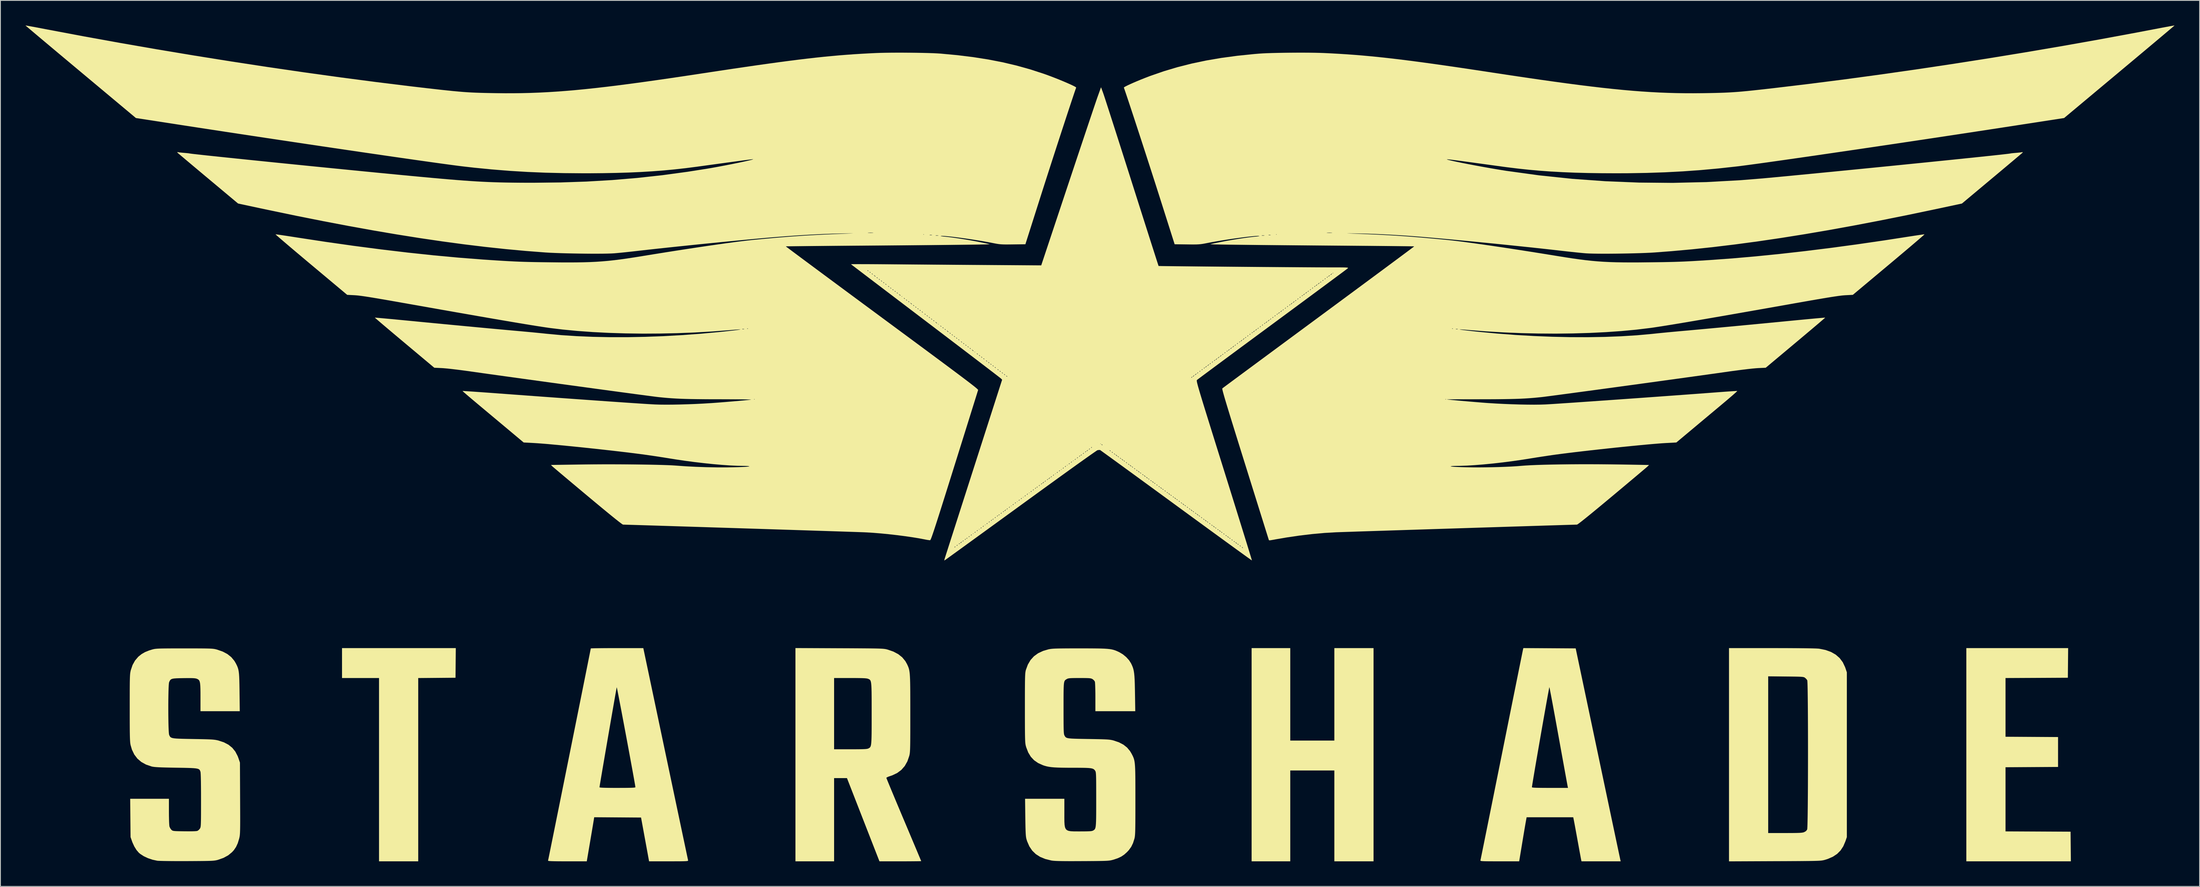
<source format=kicad_pcb>
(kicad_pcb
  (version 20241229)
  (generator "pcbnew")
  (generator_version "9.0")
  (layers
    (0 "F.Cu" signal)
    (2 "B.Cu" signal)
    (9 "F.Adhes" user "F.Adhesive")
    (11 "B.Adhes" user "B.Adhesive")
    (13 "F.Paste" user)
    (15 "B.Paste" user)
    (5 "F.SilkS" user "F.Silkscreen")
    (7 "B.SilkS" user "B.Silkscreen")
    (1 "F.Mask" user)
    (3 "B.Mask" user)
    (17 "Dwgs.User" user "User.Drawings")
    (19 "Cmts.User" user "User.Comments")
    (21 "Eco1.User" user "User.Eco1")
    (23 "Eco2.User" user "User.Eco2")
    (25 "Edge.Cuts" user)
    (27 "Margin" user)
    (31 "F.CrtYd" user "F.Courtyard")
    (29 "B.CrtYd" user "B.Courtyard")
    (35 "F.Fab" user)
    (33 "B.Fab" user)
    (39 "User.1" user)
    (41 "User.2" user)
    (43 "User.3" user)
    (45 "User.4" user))
  (footprint "StarshadeLogo"
    (layer "F.Cu")
    (at 128.529 50.004)
    (property "Reference" "StarshadeLogo" (at 0 0 0) (layer "F.SilkS") (effects (font (size 1.524 1.524) (thickness 0.3))))
    (attr board_only exclude_from_pos_files exclude_from_bom)
    (fp_poly (pts (xy -77.062 26.328) (xy -77.079 28.103) (xy -81.541 28.137) (xy -81.541 50.084) (xy -86.23 50.084) (xy -86.23 28.135) (xy -90.658 28.135) (xy -90.658 24.553) (xy -77.045 24.553)) (stroke (width 0) (type solid)) (fill yes) (layer "F.SilkS"))
    (fp_poly (pts (xy 22.795 35.625) (xy 28.07 35.625) (xy 28.07 24.553) (xy 32.759 24.553) (xy 32.759 50.084) (xy 28.07 50.084) (xy 28.07 39.207) (xy 22.795 39.207) (xy 22.795 50.084) (xy 18.171 50.084) (xy 18.171 24.553) (xy 22.795 24.553)) (stroke (width 0) (type solid)) (fill yes) (layer "F.SilkS"))
    (fp_poly (pts (xy 115.848 26.328) (xy 115.831 28.103) (xy 112.102 28.12) (xy 108.373 28.136) (xy 108.373 35.168) (xy 111.516 35.185) (xy 114.658 35.202) (xy 114.658 38.784) (xy 111.516 38.801) (xy 108.373 38.818) (xy 108.373 46.501) (xy 112.265 46.517) (xy 116.156 46.534) (xy 116.173 48.309) (xy 116.191 50.084) (xy 103.684 50.084) (xy 103.684 24.553) (xy 115.865 24.553)) (stroke (width 0) (type solid)) (fill yes) (layer "F.SilkS"))
    (fp_poly (pts (xy 81.519 24.554) (xy 82.501 24.557) (xy 83.371 24.562) (xy 84.128 24.569) (xy 84.767 24.577) (xy 85.287 24.587) (xy 85.685 24.599) (xy 85.957 24.613) (xy 86.076 24.624) (xy 86.837 24.778) (xy 87.499 25.017) (xy 88.063 25.341) (xy 88.529 25.75) (xy 88.9 26.246) (xy 89.176 26.829) (xy 89.207 26.914) (xy 89.388 27.452) (xy 89.388 47.185) (xy 89.216 47.69) (xy 88.962 48.285) (xy 88.635 48.784) (xy 88.224 49.197) (xy 87.72 49.531) (xy 87.113 49.796) (xy 86.76 49.908) (xy 86.669 49.933) (xy 86.579 49.954) (xy 86.481 49.973) (xy 86.365 49.99) (xy 86.223 50.004) (xy 86.046 50.016) (xy 85.825 50.026) (xy 85.55 50.034) (xy 85.214 50.041) (xy 84.806 50.047) (xy 84.319 50.051) (xy 83.743 50.056) (xy 83.069 50.059) (xy 82.288 50.063) (xy 81.391 50.066) (xy 80.775 50.068) (xy 75.288 50.088) (xy 75.288 27.933) (xy 79.977 27.933) (xy 79.977 46.697) (xy 81.995 46.697) (xy 82.578 46.696) (xy 83.046 46.693) (xy 83.415 46.687) (xy 83.698 46.678) (xy 83.911 46.664) (xy 84.069 46.645) (xy 84.187 46.621) (xy 84.281 46.59) (xy 84.282 46.589) (xy 84.503 46.463) (xy 84.633 46.285) (xy 84.642 46.266) (xy 84.655 46.17) (xy 84.667 45.954) (xy 84.678 45.626) (xy 84.688 45.197) (xy 84.698 44.675) (xy 84.706 44.069) (xy 84.714 43.389) (xy 84.72 42.645) (xy 84.726 41.844) (xy 84.731 40.998) (xy 84.734 40.114) (xy 84.737 39.202) (xy 84.739 38.272) (xy 84.74 37.333) (xy 84.74 36.394) (xy 84.739 35.464) (xy 84.737 34.552) (xy 84.734 33.668) (xy 84.73 32.822) (xy 84.725 32.022) (xy 84.719 31.277) (xy 84.712 30.598) (xy 84.704 29.992) (xy 84.696 29.471) (xy 84.686 29.041) (xy 84.675 28.714) (xy 84.663 28.499) (xy 84.65 28.403) (xy 84.649 28.402) (xy 84.539 28.252) (xy 84.386 28.11) (xy 84.385 28.109) (xy 84.33 28.071) (xy 84.265 28.041) (xy 84.178 28.018) (xy 84.052 27.999) (xy 83.875 27.985) (xy 83.632 27.975) (xy 83.307 27.967) (xy 82.888 27.961) (xy 82.359 27.955) (xy 82.089 27.953) (xy 79.977 27.933) (xy 75.288 27.933) (xy 75.288 24.553) (xy 80.429 24.553)) (stroke (width 0) (type solid)) (fill yes) (layer "F.SilkS"))
    (fp_poly (pts (xy -31.148 24.569) (xy -30.197 24.572) (xy -29.367 24.576) (xy -28.65 24.58) (xy -28.034 24.584) (xy -27.513 24.588) (xy -27.075 24.594) (xy -26.713 24.6) (xy -26.416 24.608) (xy -26.176 24.618) (xy -25.983 24.629) (xy -25.828 24.643) (xy -25.702 24.659) (xy -25.597 24.677) (xy -25.501 24.699) (xy -25.407 24.724) (xy -25.367 24.735) (xy -24.681 24.974) (xy -24.104 25.281) (xy -23.631 25.659) (xy -23.259 26.11) (xy -23.063 26.459) (xy -22.99 26.613) (xy -22.927 26.756) (xy -22.873 26.899) (xy -22.826 27.051) (xy -22.788 27.223) (xy -22.756 27.423) (xy -22.73 27.662) (xy -22.71 27.95) (xy -22.694 28.297) (xy -22.683 28.713) (xy -22.675 29.207) (xy -22.67 29.79) (xy -22.668 30.471) (xy -22.666 31.261) (xy -22.666 32.169) (xy -22.666 32.375) (xy -22.666 33.264) (xy -22.666 34.033) (xy -22.667 34.692) (xy -22.67 35.25) (xy -22.673 35.718) (xy -22.678 36.105) (xy -22.685 36.422) (xy -22.693 36.678) (xy -22.704 36.884) (xy -22.717 37.049) (xy -22.733 37.183) (xy -22.752 37.297) (xy -22.774 37.399) (xy -22.791 37.465) (xy -23.015 38.115) (xy -23.33 38.672) (xy -23.738 39.138) (xy -24.237 39.51) (xy -24.828 39.791) (xy -25.038 39.862) (xy -25.269 39.941) (xy -25.442 40.017) (xy -25.526 40.076) (xy -25.53 40.086) (xy -25.505 40.156) (xy -25.434 40.337) (xy -25.319 40.62) (xy -25.164 40.996) (xy -24.974 41.455) (xy -24.751 41.989) (xy -24.501 42.59) (xy -24.226 43.247) (xy -23.93 43.951) (xy -23.617 44.695) (xy -23.446 45.099) (xy -23.126 45.858) (xy -22.821 46.582) (xy -22.535 47.262) (xy -22.271 47.889) (xy -22.033 48.454) (xy -21.825 48.949) (xy -21.652 49.364) (xy -21.515 49.69) (xy -21.42 49.919) (xy -21.369 50.042) (xy -21.362 50.061) (xy -21.425 50.066) (xy -21.604 50.071) (xy -21.885 50.075) (xy -22.254 50.078) (xy -22.697 50.081) (xy -23.2 50.083) (xy -23.748 50.084) (xy -23.86 50.084) (xy -26.357 50.084) (xy -28.301 45.101) (xy -30.244 40.119) (xy -31.783 40.119) (xy -31.783 50.084) (xy -36.407 50.084) (xy -36.407 36.667) (xy -31.783 36.667) (xy -29.825 36.667) (xy -29.251 36.666) (xy -28.793 36.663) (xy -28.436 36.657) (xy -28.165 36.647) (xy -27.966 36.633) (xy -27.825 36.614) (xy -27.727 36.589) (xy -27.671 36.565) (xy -27.592 36.523) (xy -27.525 36.477) (xy -27.469 36.418) (xy -27.422 36.334) (xy -27.384 36.217) (xy -27.354 36.056) (xy -27.332 35.841) (xy -27.315 35.562) (xy -27.303 35.208) (xy -27.295 34.77) (xy -27.291 34.237) (xy -27.289 33.6) (xy -27.289 32.847) (xy -27.289 32.401) (xy -27.289 31.581) (xy -27.29 30.882) (xy -27.293 30.292) (xy -27.298 29.803) (xy -27.308 29.404) (xy -27.322 29.085) (xy -27.343 28.836) (xy -27.37 28.648) (xy -27.405 28.509) (xy -27.449 28.411) (xy -27.503 28.343) (xy -27.568 28.295) (xy -27.645 28.257) (xy -27.708 28.231) (xy -27.801 28.202) (xy -27.937 28.179) (xy -28.13 28.162) (xy -28.394 28.15) (xy -28.743 28.142) (xy -29.193 28.137) (xy -29.755 28.135) (xy -29.859 28.135) (xy -31.783 28.135) (xy -31.783 36.667) (xy -36.407 36.667) (xy -36.407 24.548)) (stroke (width 0) (type solid)) (fill yes) (layer "F.SilkS"))
    (fp_poly (pts (xy 53.815 24.569) (xy 56.945 24.586) (xy 59.601 37.186) (xy 59.866 38.446) (xy 60.125 39.673) (xy 60.375 40.86) (xy 60.616 42.002) (xy 60.846 43.093) (xy 61.064 44.126) (xy 61.268 45.095) (xy 61.458 45.994) (xy 61.632 46.816) (xy 61.788 47.557) (xy 61.926 48.209) (xy 62.044 48.766) (xy 62.141 49.222) (xy 62.215 49.571) (xy 62.265 49.807) (xy 62.29 49.924) (xy 62.293 49.935) (xy 62.33 50.084) (xy 57.641 50.084) (xy 57.607 49.937) (xy 57.587 49.839) (xy 57.547 49.63) (xy 57.491 49.324) (xy 57.419 48.94) (xy 57.337 48.491) (xy 57.247 47.996) (xy 57.182 47.641) (xy 57.086 47.112) (xy 56.994 46.609) (xy 56.91 46.151) (xy 56.837 45.755) (xy 56.778 45.441) (xy 56.737 45.225) (xy 56.722 45.15) (xy 56.652 44.808) (xy 51.075 44.808) (xy 50.976 45.346) (xy 50.941 45.544) (xy 50.888 45.85) (xy 50.821 46.243) (xy 50.744 46.703) (xy 50.659 47.209) (xy 50.571 47.741) (xy 50.531 47.983) (xy 50.184 50.084) (xy 47.85 50.084) (xy 47.237 50.083) (xy 46.741 50.082) (xy 46.352 50.079) (xy 46.055 50.074) (xy 45.84 50.065) (xy 45.694 50.054) (xy 45.605 50.038) (xy 45.559 50.018) (xy 45.546 49.992) (xy 45.549 49.97) (xy 45.565 49.895) (xy 45.606 49.699) (xy 45.669 49.388) (xy 45.755 48.968) (xy 45.861 48.444) (xy 45.987 47.824) (xy 46.13 47.113) (xy 46.291 46.318) (xy 46.467 45.445) (xy 46.658 44.499) (xy 46.862 43.488) (xy 47.078 42.417) (xy 47.304 41.292) (xy 47.32 41.21) (xy 51.709 41.21) (xy 51.738 41.233) (xy 51.828 41.252) (xy 51.99 41.266) (xy 52.236 41.277) (xy 52.576 41.284) (xy 53.02 41.289) (xy 53.578 41.291) (xy 53.868 41.291) (xy 56.024 41.291) (xy 55.991 41.145) (xy 55.974 41.06) (xy 55.937 40.857) (xy 55.879 40.544) (xy 55.804 40.131) (xy 55.712 39.627) (xy 55.605 39.04) (xy 55.486 38.382) (xy 55.355 37.66) (xy 55.214 36.884) (xy 55.066 36.063) (xy 54.911 35.207) (xy 54.898 35.137) (xy 54.743 34.281) (xy 54.594 33.461) (xy 54.453 32.687) (xy 54.321 31.968) (xy 54.2 31.313) (xy 54.091 30.73) (xy 53.997 30.229) (xy 53.919 29.82) (xy 53.859 29.51) (xy 53.818 29.31) (xy 53.799 29.228) (xy 53.798 29.226) (xy 53.783 29.283) (xy 53.748 29.458) (xy 53.694 29.739) (xy 53.624 30.117) (xy 53.54 30.579) (xy 53.444 31.116) (xy 53.337 31.717) (xy 53.221 32.371) (xy 53.098 33.066) (xy 52.97 33.793) (xy 52.839 34.54) (xy 52.707 35.298) (xy 52.576 36.053) (xy 52.447 36.798) (xy 52.323 37.519) (xy 52.204 38.207) (xy 52.094 38.85) (xy 51.995 39.439) (xy 51.907 39.961) (xy 51.833 40.407) (xy 51.774 40.766) (xy 51.733 41.026) (xy 51.712 41.177) (xy 51.709 41.21) (xy 47.32 41.21) (xy 47.54 40.12) (xy 47.784 38.907) (xy 48.035 37.659) (xy 48.097 37.351) (xy 48.349 36.095) (xy 48.595 34.872) (xy 48.833 33.688) (xy 49.062 32.55) (xy 49.281 31.464) (xy 49.488 30.436) (xy 49.682 29.472) (xy 49.862 28.578) (xy 50.027 27.761) (xy 50.175 27.026) (xy 50.306 26.381) (xy 50.417 25.831) (xy 50.508 25.382) (xy 50.577 25.041) (xy 50.623 24.814) (xy 50.646 24.706) (xy 50.647 24.699) (xy 50.684 24.552)) (stroke (width 0) (type solid)) (fill yes) (layer "F.SilkS"))
    (fp_poly (pts (xy -54.61 24.554) (xy -51.945 37.205) (xy -51.679 38.466) (xy -51.42 39.695) (xy -51.17 40.884) (xy -50.929 42.027) (xy -50.699 43.119) (xy -50.481 44.152) (xy -50.276 45.122) (xy -50.086 46.022) (xy -49.913 46.845) (xy -49.756 47.586) (xy -49.618 48.238) (xy -49.5 48.796) (xy -49.404 49.253) (xy -49.329 49.603) (xy -49.279 49.84) (xy -49.254 49.958) (xy -49.251 49.97) (xy -49.25 49.999) (xy -49.272 50.024) (xy -49.329 50.043) (xy -49.434 50.057) (xy -49.598 50.068) (xy -49.835 50.075) (xy -50.156 50.08) (xy -50.573 50.082) (xy -51.099 50.083) (xy -51.571 50.084) (xy -53.92 50.084) (xy -53.959 49.872) (xy -53.979 49.761) (xy -54.02 49.538) (xy -54.078 49.217) (xy -54.152 48.816) (xy -54.237 48.349) (xy -54.332 47.833) (xy -54.433 47.282) (xy -54.439 47.251) (xy -54.88 44.841) (xy -57.682 44.824) (xy -60.484 44.807) (xy -60.594 45.475) (xy -60.633 45.714) (xy -60.691 46.057) (xy -60.762 46.482) (xy -60.844 46.966) (xy -60.932 47.484) (xy -61.022 48.014) (xy -61.039 48.113) (xy -61.374 50.084) (xy -63.705 50.084) (xy -64.341 50.083) (xy -64.856 50.08) (xy -65.262 50.074) (xy -65.569 50.066) (xy -65.787 50.055) (xy -65.925 50.04) (xy -65.995 50.022) (xy -66.008 50.002) (xy -65.993 49.932) (xy -65.953 49.741) (xy -65.891 49.438) (xy -65.808 49.03) (xy -65.705 48.523) (xy -65.585 47.927) (xy -65.447 47.247) (xy -65.294 46.491) (xy -65.128 45.668) (xy -64.95 44.783) (xy -64.76 43.845) (xy -64.562 42.861) (xy -64.356 41.839) (xy -64.231 41.217) (xy -59.853 41.217) (xy -59.813 41.239) (xy -59.688 41.257) (xy -59.471 41.27) (xy -59.153 41.28) (xy -58.727 41.287) (xy -58.184 41.291) (xy -57.704 41.291) (xy -57.092 41.29) (xy -56.599 41.287) (xy -56.216 41.281) (xy -55.931 41.272) (xy -55.734 41.259) (xy -55.615 41.242) (xy -55.561 41.221) (xy -55.556 41.21) (xy -55.568 41.115) (xy -55.602 40.906) (xy -55.656 40.595) (xy -55.727 40.191) (xy -55.814 39.706) (xy -55.915 39.15) (xy -56.028 38.534) (xy -56.15 37.869) (xy -56.279 37.165) (xy -56.415 36.433) (xy -56.554 35.684) (xy -56.695 34.929) (xy -56.836 34.177) (xy -56.974 33.441) (xy -57.108 32.731) (xy -57.235 32.057) (xy -57.355 31.43) (xy -57.464 30.86) (xy -57.56 30.36) (xy -57.643 29.938) (xy -57.709 29.607) (xy -57.757 29.376) (xy -57.784 29.257) (xy -57.79 29.243) (xy -57.806 29.318) (xy -57.841 29.512) (xy -57.895 29.811) (xy -57.965 30.206) (xy -58.049 30.686) (xy -58.146 31.239) (xy -58.253 31.854) (xy -58.369 32.521) (xy -58.492 33.228) (xy -58.619 33.964) (xy -58.749 34.719) (xy -58.881 35.481) (xy -59.011 36.239) (xy -59.139 36.983) (xy -59.262 37.702) (xy -59.378 38.383) (xy -59.487 39.017) (xy -59.584 39.593) (xy -59.67 40.099) (xy -59.741 40.524) (xy -59.797 40.857) (xy -59.834 41.088) (xy -59.852 41.205) (xy -59.853 41.217) (xy -64.231 41.217) (xy -64.144 40.786) (xy -63.927 39.708) (xy -63.707 38.615) (xy -63.485 37.513) (xy -63.263 36.409) (xy -63.042 35.311) (xy -62.824 34.227) (xy -62.61 33.163) (xy -62.402 32.128) (xy -62.201 31.128) (xy -62.009 30.171) (xy -61.827 29.265) (xy -61.657 28.417) (xy -61.5 27.634) (xy -61.358 26.924) (xy -61.232 26.294) (xy -61.124 25.751) (xy -61.034 25.304) (xy -60.966 24.959) (xy -60.92 24.723) (xy -60.897 24.605) (xy -60.895 24.593) (xy -60.832 24.585) (xy -60.651 24.578) (xy -60.365 24.571) (xy -59.987 24.565) (xy -59.528 24.56) (xy -59.002 24.557) (xy -58.421 24.554) (xy -57.798 24.554) (xy -57.752 24.554)) (stroke (width 0) (type solid)) (fill yes) (layer "F.SilkS"))
    (fp_poly (pts (xy -108.761 24.589) (xy -108.127 24.589) (xy -107.599 24.591) (xy -107.165 24.594) (xy -106.813 24.6) (xy -106.531 24.607) (xy -106.307 24.618) (xy -106.128 24.631) (xy -105.982 24.649) (xy -105.858 24.67) (xy -105.744 24.697) (xy -105.627 24.728) (xy -105.605 24.734) (xy -104.934 24.968) (xy -104.371 25.266) (xy -103.909 25.634) (xy -103.541 26.077) (xy -103.38 26.346) (xy -103.273 26.554) (xy -103.185 26.744) (xy -103.115 26.932) (xy -103.059 27.135) (xy -103.016 27.366) (xy -102.984 27.643) (xy -102.961 27.981) (xy -102.945 28.396) (xy -102.933 28.903) (xy -102.923 29.518) (xy -102.92 29.812) (xy -102.892 32.108) (xy -107.592 32.108) (xy -107.592 30.445) (xy -107.593 29.873) (xy -107.6 29.416) (xy -107.614 29.06) (xy -107.639 28.791) (xy -107.677 28.593) (xy -107.732 28.452) (xy -107.806 28.354) (xy -107.901 28.283) (xy -108.019 28.227) (xy -108.126 28.193) (xy -108.27 28.168) (xy -108.468 28.152) (xy -108.74 28.144) (xy -109.104 28.143) (xy -109.579 28.148) (xy -109.611 28.148) (xy -110.097 28.156) (xy -110.471 28.169) (xy -110.75 28.19) (xy -110.952 28.225) (xy -111.093 28.279) (xy -111.191 28.357) (xy -111.265 28.463) (xy -111.331 28.603) (xy -111.346 28.638) (xy -111.369 28.76) (xy -111.39 28.996) (xy -111.407 29.329) (xy -111.421 29.742) (xy -111.431 30.22) (xy -111.439 30.745) (xy -111.443 31.3) (xy -111.443 31.87) (xy -111.441 32.437) (xy -111.435 32.985) (xy -111.427 33.498) (xy -111.415 33.959) (xy -111.399 34.351) (xy -111.381 34.658) (xy -111.359 34.864) (xy -111.342 34.938) (xy -111.294 35.05) (xy -111.243 35.141) (xy -111.177 35.216) (xy -111.083 35.274) (xy -110.949 35.32) (xy -110.762 35.354) (xy -110.51 35.38) (xy -110.181 35.398) (xy -109.762 35.412) (xy -109.24 35.424) (xy -108.603 35.435) (xy -108.442 35.438) (xy -107.799 35.449) (xy -107.27 35.46) (xy -106.842 35.471) (xy -106.498 35.484) (xy -106.223 35.499) (xy -106.003 35.518) (xy -105.82 35.541) (xy -105.661 35.569) (xy -105.51 35.603) (xy -105.458 35.616) (xy -104.799 35.833) (xy -104.246 36.121) (xy -103.79 36.489) (xy -103.425 36.941) (xy -103.142 37.485) (xy -103.05 37.731) (xy -102.87 38.263) (xy -102.851 42.553) (xy -102.848 43.408) (xy -102.845 44.143) (xy -102.843 44.768) (xy -102.843 45.295) (xy -102.845 45.733) (xy -102.849 46.094) (xy -102.855 46.387) (xy -102.863 46.623) (xy -102.874 46.812) (xy -102.888 46.965) (xy -102.906 47.093) (xy -102.926 47.205) (xy -102.951 47.312) (xy -102.966 47.372) (xy -103.131 47.915) (xy -103.336 48.362) (xy -103.596 48.745) (xy -103.814 48.985) (xy -104.278 49.367) (xy -104.838 49.672) (xy -105.498 49.906) (xy -105.618 49.938) (xy -105.736 49.964) (xy -105.866 49.986) (xy -106.019 50.004) (xy -106.21 50.019) (xy -106.449 50.03) (xy -106.751 50.038) (xy -107.126 50.045) (xy -107.588 50.05) (xy -108.149 50.053) (xy -108.822 50.057) (xy -109.187 50.058) (xy -109.835 50.06) (xy -110.454 50.059) (xy -111.03 50.056) (xy -111.549 50.051) (xy -111.996 50.044) (xy -112.358 50.035) (xy -112.618 50.025) (xy -112.763 50.014) (xy -112.765 50.013) (xy -113.33 49.892) (xy -113.88 49.706) (xy -114.382 49.47) (xy -114.802 49.198) (xy -114.972 49.053) (xy -115.251 48.727) (xy -115.511 48.306) (xy -115.731 47.828) (xy -115.778 47.699) (xy -115.959 47.185) (xy -115.981 44.89) (xy -116.002 42.594) (xy -111.369 42.594) (xy -111.369 44.141) (xy -111.366 44.591) (xy -111.358 45.009) (xy -111.347 45.375) (xy -111.332 45.666) (xy -111.314 45.861) (xy -111.304 45.92) (xy -111.211 46.127) (xy -111.076 46.307) (xy -111.071 46.311) (xy -111.012 46.363) (xy -110.948 46.403) (xy -110.861 46.432) (xy -110.733 46.452) (xy -110.545 46.466) (xy -110.279 46.476) (xy -109.916 46.483) (xy -109.521 46.489) (xy -109.031 46.492) (xy -108.614 46.489) (xy -108.286 46.478) (xy -108.061 46.46) (xy -107.963 46.442) (xy -107.811 46.341) (xy -107.671 46.182) (xy -107.657 46.161) (xy -107.628 46.108) (xy -107.603 46.047) (xy -107.582 45.967) (xy -107.566 45.856) (xy -107.553 45.703) (xy -107.544 45.496) (xy -107.537 45.223) (xy -107.532 44.874) (xy -107.529 44.437) (xy -107.528 43.9) (xy -107.527 43.252) (xy -107.527 42.75) (xy -107.528 41.887) (xy -107.533 41.148) (xy -107.54 40.533) (xy -107.551 40.044) (xy -107.564 39.682) (xy -107.58 39.449) (xy -107.597 39.351) (xy -107.635 39.246) (xy -107.679 39.16) (xy -107.739 39.089) (xy -107.829 39.033) (xy -107.96 38.99) (xy -108.145 38.957) (xy -108.396 38.932) (xy -108.724 38.913) (xy -109.143 38.9) (xy -109.663 38.888) (xy -110.298 38.877) (xy -110.523 38.874) (xy -111.2 38.862) (xy -111.761 38.85) (xy -112.218 38.837) (xy -112.585 38.822) (xy -112.876 38.804) (xy -113.103 38.784) (xy -113.281 38.76) (xy -113.422 38.732) (xy -113.448 38.725) (xy -114.109 38.499) (xy -114.672 38.187) (xy -115.14 37.787) (xy -115.513 37.297) (xy -115.792 36.718) (xy -115.954 36.166) (xy -115.976 36.052) (xy -115.995 35.918) (xy -116.01 35.752) (xy -116.023 35.543) (xy -116.034 35.282) (xy -116.042 34.957) (xy -116.049 34.558) (xy -116.053 34.075) (xy -116.056 33.497) (xy -116.058 32.814) (xy -116.058 32.015) (xy -116.058 31.699) (xy -116.058 30.873) (xy -116.057 30.166) (xy -116.056 29.568) (xy -116.053 29.068) (xy -116.049 28.655) (xy -116.042 28.317) (xy -116.034 28.044) (xy -116.023 27.826) (xy -116.01 27.651) (xy -115.993 27.508) (xy -115.973 27.387) (xy -115.949 27.276) (xy -115.93 27.197) (xy -115.719 26.575) (xy -115.426 26.046) (xy -115.044 25.599) (xy -115.009 25.566) (xy -114.641 25.271) (xy -114.229 25.032) (xy -113.74 24.835) (xy -113.401 24.73) (xy -113.286 24.699) (xy -113.173 24.672) (xy -113.052 24.65) (xy -112.91 24.633) (xy -112.734 24.619) (xy -112.513 24.608) (xy -112.235 24.6) (xy -111.888 24.595) (xy -111.46 24.591) (xy -110.938 24.589) (xy -110.31 24.589) (xy -109.566 24.588) (xy -109.513 24.588)) (stroke (width 0) (type solid)) (fill yes) (layer "F.SilkS"))
    (fp_poly (pts (xy -1.579 24.586) (xy -0.898 24.589) (xy -0.322 24.594) (xy 0.161 24.603) (xy 0.564 24.618) (xy 0.899 24.64) (xy 1.18 24.669) (xy 1.418 24.708) (xy 1.627 24.756) (xy 1.818 24.817) (xy 2.004 24.89) (xy 2.198 24.977) (xy 2.34 25.044) (xy 2.77 25.301) (xy 3.173 25.635) (xy 3.514 26.015) (xy 3.742 26.37) (xy 3.851 26.598) (xy 3.942 26.817) (xy 4.015 27.042) (xy 4.073 27.29) (xy 4.117 27.578) (xy 4.151 27.921) (xy 4.176 28.335) (xy 4.194 28.836) (xy 4.208 29.441) (xy 4.216 29.91) (xy 4.25 32.108) (xy -0.521 32.108) (xy -0.521 30.419) (xy -0.523 29.947) (xy -0.53 29.514) (xy -0.541 29.14) (xy -0.554 28.842) (xy -0.57 28.642) (xy -0.585 28.563) (xy -0.683 28.417) (xy -0.839 28.28) (xy -0.861 28.266) (xy -0.944 28.222) (xy -1.038 28.189) (xy -1.164 28.165) (xy -1.341 28.15) (xy -1.588 28.141) (xy -1.926 28.137) (xy -2.372 28.136) (xy -2.41 28.136) (xy -2.866 28.137) (xy -3.212 28.141) (xy -3.466 28.15) (xy -3.648 28.165) (xy -3.777 28.188) (xy -3.872 28.22) (xy -3.952 28.262) (xy -4.038 28.315) (xy -4.109 28.366) (xy -4.168 28.428) (xy -4.215 28.512) (xy -4.253 28.628) (xy -4.281 28.79) (xy -4.301 29.007) (xy -4.315 29.291) (xy -4.324 29.654) (xy -4.329 30.107) (xy -4.331 30.662) (xy -4.331 31.328) (xy -4.331 31.75) (xy -4.331 32.466) (xy -4.329 33.064) (xy -4.327 33.555) (xy -4.323 33.95) (xy -4.316 34.262) (xy -4.307 34.503) (xy -4.295 34.682) (xy -4.28 34.814) (xy -4.261 34.908) (xy -4.238 34.977) (xy -4.216 35.021) (xy -4.164 35.113) (xy -4.11 35.188) (xy -4.041 35.25) (xy -3.944 35.298) (xy -3.807 35.336) (xy -3.617 35.364) (xy -3.362 35.386) (xy -3.028 35.401) (xy -2.604 35.414) (xy -2.077 35.424) (xy -1.434 35.435) (xy -1.335 35.436) (xy -0.69 35.447) (xy -0.16 35.457) (xy 0.27 35.468) (xy 0.614 35.481) (xy 0.888 35.495) (xy 1.106 35.513) (xy 1.283 35.535) (xy 1.434 35.562) (xy 1.574 35.594) (xy 1.641 35.612) (xy 2.289 35.831) (xy 2.828 36.111) (xy 3.27 36.46) (xy 3.624 36.884) (xy 3.8 37.178) (xy 3.889 37.348) (xy 3.966 37.503) (xy 4.031 37.653) (xy 4.087 37.809) (xy 4.133 37.982) (xy 4.17 38.181) (xy 4.199 38.418) (xy 4.222 38.703) (xy 4.239 39.047) (xy 4.251 39.459) (xy 4.259 39.952) (xy 4.263 40.534) (xy 4.265 41.218) (xy 4.266 42.013) (xy 4.266 42.724) (xy 4.266 43.578) (xy 4.265 44.312) (xy 4.263 44.936) (xy 4.26 45.462) (xy 4.255 45.898) (xy 4.249 46.256) (xy 4.241 46.545) (xy 4.23 46.777) (xy 4.217 46.961) (xy 4.202 47.107) (xy 4.183 47.227) (xy 4.161 47.331) (xy 4.152 47.369) (xy 3.984 47.9) (xy 3.77 48.343) (xy 3.486 48.739) (xy 3.261 48.981) (xy 2.925 49.282) (xy 2.572 49.519) (xy 2.167 49.711) (xy 1.674 49.877) (xy 1.576 49.905) (xy 1.456 49.937) (xy 1.337 49.964) (xy 1.207 49.986) (xy 1.054 50.004) (xy 0.863 50.019) (xy 0.624 50.03) (xy 0.324 50.039) (xy -0.051 50.045) (xy -0.512 50.051) (xy -1.072 50.055) (xy -1.743 50.059) (xy -2.117 50.06) (xy -2.898 50.063) (xy -3.561 50.064) (xy -4.116 50.062) (xy -4.574 50.057) (xy -4.947 50.049) (xy -5.245 50.038) (xy -5.481 50.023) (xy -5.665 50.005) (xy -5.796 49.985) (xy -6.518 49.805) (xy -7.135 49.551) (xy -7.654 49.218) (xy -8.081 48.801) (xy -8.423 48.293) (xy -8.686 47.689) (xy -8.763 47.446) (xy -8.795 47.318) (xy -8.821 47.165) (xy -8.842 46.973) (xy -8.859 46.727) (xy -8.873 46.412) (xy -8.885 46.013) (xy -8.895 45.514) (xy -8.904 44.902) (xy -8.905 44.824) (xy -8.934 42.594) (xy -4.233 42.594) (xy -4.233 44.258) (xy -4.234 44.857) (xy -4.229 45.34) (xy -4.207 45.717) (xy -4.157 46.003) (xy -4.068 46.21) (xy -3.929 46.35) (xy -3.73 46.436) (xy -3.459 46.482) (xy -3.106 46.5) (xy -2.659 46.502) (xy -2.309 46.502) (xy -1.843 46.5) (xy -1.488 46.495) (xy -1.227 46.485) (xy -1.04 46.469) (xy -0.91 46.445) (xy -0.817 46.412) (xy -0.778 46.391) (xy -0.701 46.344) (xy -0.636 46.292) (xy -0.582 46.225) (xy -0.538 46.132) (xy -0.503 46.003) (xy -0.476 45.826) (xy -0.456 45.591) (xy -0.442 45.287) (xy -0.432 44.903) (xy -0.427 44.429) (xy -0.424 43.852) (xy -0.423 43.163) (xy -0.423 42.656) (xy -0.424 41.922) (xy -0.425 41.306) (xy -0.427 40.799) (xy -0.43 40.387) (xy -0.436 40.061) (xy -0.444 39.809) (xy -0.455 39.62) (xy -0.469 39.482) (xy -0.486 39.384) (xy -0.507 39.315) (xy -0.533 39.263) (xy -0.542 39.248) (xy -0.61 39.153) (xy -0.687 39.076) (xy -0.785 39.015) (xy -0.918 38.969) (xy -1.101 38.934) (xy -1.346 38.91) (xy -1.667 38.895) (xy -2.078 38.886) (xy -2.593 38.882) (xy -3.217 38.882) (xy -3.929 38.879) (xy -4.526 38.872) (xy -5.025 38.858) (xy -5.441 38.837) (xy -5.79 38.806) (xy -6.088 38.764) (xy -6.35 38.711) (xy -6.593 38.644) (xy -6.797 38.576) (xy -7.375 38.315) (xy -7.855 37.981) (xy -8.246 37.564) (xy -8.555 37.054) (xy -8.792 36.442) (xy -8.84 36.276) (xy -8.864 36.181) (xy -8.884 36.073) (xy -8.901 35.943) (xy -8.915 35.781) (xy -8.926 35.575) (xy -8.935 35.315) (xy -8.942 34.992) (xy -8.947 34.594) (xy -8.951 34.112) (xy -8.953 33.534) (xy -8.955 32.851) (xy -8.955 32.051) (xy -8.955 31.717) (xy -8.955 30.874) (xy -8.954 30.151) (xy -8.952 29.537) (xy -8.949 29.022) (xy -8.945 28.595) (xy -8.939 28.247) (xy -8.931 27.967) (xy -8.92 27.744) (xy -8.908 27.568) (xy -8.892 27.428) (xy -8.873 27.315) (xy -8.851 27.218) (xy -8.837 27.164) (xy -8.601 26.525) (xy -8.282 25.983) (xy -7.874 25.532) (xy -7.373 25.168) (xy -6.775 24.889) (xy -6.155 24.706) (xy -6.025 24.678) (xy -5.888 24.655) (xy -5.73 24.636) (xy -5.54 24.621) (xy -5.304 24.609) (xy -5.011 24.601) (xy -4.648 24.594) (xy -4.202 24.59) (xy -3.662 24.587) (xy -3.014 24.586) (xy -2.377 24.586)) (stroke (width 0) (type solid)) (fill yes) (layer "F.SilkS"))
    (fp_poly (pts (xy 128.547 -49.961) (xy 128.406 -49.839) (xy 128.176 -49.644) (xy 127.864 -49.379) (xy 127.475 -49.051) (xy 127.015 -48.663) (xy 126.49 -48.221) (xy 125.905 -47.73) (xy 125.267 -47.194) (xy 124.581 -46.619) (xy 123.853 -46.008) (xy 123.089 -45.369) (xy 122.295 -44.704) (xy 121.996 -44.453) (xy 115.383 -38.921) (xy 109.778 -38.056) (xy 108.169 -37.808) (xy 106.533 -37.557) (xy 104.875 -37.304) (xy 103.203 -37.05) (xy 101.522 -36.795) (xy 99.84 -36.541) (xy 98.162 -36.289) (xy 96.496 -36.039) (xy 94.847 -35.793) (xy 93.223 -35.552) (xy 91.629 -35.316) (xy 90.073 -35.086) (xy 88.561 -34.864) (xy 87.099 -34.65) (xy 85.694 -34.445) (xy 84.352 -34.251) (xy 83.08 -34.068) (xy 81.885 -33.897) (xy 80.772 -33.739) (xy 79.749 -33.595) (xy 78.822 -33.466) (xy 77.997 -33.354) (xy 77.281 -33.258) (xy 76.681 -33.18) (xy 76.202 -33.121) (xy 76.183 -33.119) (xy 74.017 -32.881) (xy 71.89 -32.687) (xy 69.773 -32.535) (xy 67.635 -32.422) (xy 65.448 -32.348) (xy 63.182 -32.31) (xy 61.807 -32.305) (xy 60.055 -32.312) (xy 58.416 -32.336) (xy 56.873 -32.377) (xy 55.41 -32.436) (xy 54.008 -32.513) (xy 52.653 -32.611) (xy 51.326 -32.729) (xy 50.012 -32.87) (xy 48.693 -33.033) (xy 48.26 -33.091) (xy 47.59 -33.183) (xy 46.848 -33.284) (xy 46.072 -33.391) (xy 45.3 -33.496) (xy 44.571 -33.596) (xy 43.92 -33.685) (xy 43.742 -33.71) (xy 43.228 -33.779) (xy 42.754 -33.841) (xy 42.336 -33.895) (xy 41.99 -33.937) (xy 41.731 -33.966) (xy 41.575 -33.98) (xy 41.536 -33.981) (xy 41.557 -33.956) (xy 41.694 -33.912) (xy 41.936 -33.851) (xy 42.27 -33.774) (xy 42.685 -33.684) (xy 43.169 -33.584) (xy 43.709 -33.476) (xy 44.295 -33.362) (xy 44.913 -33.245) (xy 45.552 -33.126) (xy 46.199 -33.009) (xy 46.844 -32.895) (xy 47.474 -32.787) (xy 48.078 -32.687) (xy 48.63 -32.599) (xy 52.575 -32.056) (xy 56.543 -31.639) (xy 60.533 -31.351) (xy 64.54 -31.19) (xy 68.563 -31.157) (xy 72.598 -31.251) (xy 76.642 -31.474) (xy 79.294 -31.689) (xy 80.056 -31.759) (xy 80.896 -31.838) (xy 81.808 -31.924) (xy 82.785 -32.017) (xy 83.819 -32.117) (xy 84.905 -32.222) (xy 86.036 -32.332) (xy 87.204 -32.446) (xy 88.403 -32.563) (xy 89.626 -32.684) (xy 90.866 -32.807) (xy 92.117 -32.931) (xy 93.373 -33.056) (xy 94.625 -33.181) (xy 95.867 -33.305) (xy 97.093 -33.429) (xy 98.296 -33.55) (xy 99.469 -33.669) (xy 100.605 -33.785) (xy 101.698 -33.896) (xy 102.74 -34.003) (xy 103.725 -34.105) (xy 104.647 -34.2) (xy 105.498 -34.289) (xy 106.271 -34.371) (xy 106.961 -34.444) (xy 107.559 -34.509) (xy 108.061 -34.565) (xy 108.457 -34.61) (xy 108.743 -34.644) (xy 108.91 -34.667) (xy 108.954 -34.677) (xy 109.032 -34.692) (xy 109.208 -34.712) (xy 109.448 -34.734) (xy 109.546 -34.742) (xy 109.828 -34.766) (xy 110.083 -34.792) (xy 110.265 -34.816) (xy 110.295 -34.821) (xy 110.422 -34.838) (xy 110.442 -34.814) (xy 110.392 -34.756) (xy 110.327 -34.699) (xy 110.17 -34.564) (xy 109.93 -34.36) (xy 109.614 -34.094) (xy 109.232 -33.771) (xy 108.79 -33.4) (xy 108.298 -32.986) (xy 107.763 -32.537) (xy 107.194 -32.06) (xy 106.726 -31.669) (xy 103.158 -28.682) (xy 100.181 -28.046) (xy 96.798 -27.337) (xy 93.529 -26.68) (xy 90.368 -26.074) (xy 87.312 -25.518) (xy 84.355 -25.012) (xy 81.491 -24.555) (xy 78.716 -24.146) (xy 76.025 -23.785) (xy 73.412 -23.47) (xy 70.873 -23.2) (xy 68.402 -22.976) (xy 66.398 -22.823) (xy 65.9 -22.793) (xy 65.314 -22.766) (xy 64.659 -22.742) (xy 63.952 -22.722) (xy 63.212 -22.704) (xy 62.455 -22.691) (xy 61.701 -22.681) (xy 60.966 -22.676) (xy 60.268 -22.674) (xy 59.626 -22.678) (xy 59.058 -22.686) (xy 58.581 -22.699) (xy 58.212 -22.717) (xy 58.159 -22.721) (xy 57.841 -22.748) (xy 57.421 -22.789) (xy 56.927 -22.839) (xy 56.388 -22.896) (xy 55.829 -22.957) (xy 55.28 -23.019) (xy 55.261 -23.021) (xy 54.255 -23.136) (xy 53.163 -23.258) (xy 52 -23.384) (xy 50.782 -23.513) (xy 49.522 -23.644) (xy 48.235 -23.776) (xy 46.936 -23.907) (xy 45.64 -24.035) (xy 44.362 -24.159) (xy 43.116 -24.278) (xy 41.917 -24.391) (xy 40.779 -24.495) (xy 39.718 -24.589) (xy 38.748 -24.672) (xy 37.883 -24.743) (xy 37.416 -24.779) (xy 36.249 -24.861) (xy 35.069 -24.933) (xy 33.904 -24.995) (xy 32.782 -25.044) (xy 31.733 -25.079) (xy 30.806 -25.098) (xy 30.384 -25.104) (xy 30.042 -25.107) (xy 29.79 -25.109) (xy 29.637 -25.108) (xy 29.592 -25.106) (xy 29.666 -25.102) (xy 29.698 -25.101) (xy 31.009 -25.053) (xy 32.213 -25.005) (xy 33.332 -24.955) (xy 34.388 -24.9) (xy 35.406 -24.841) (xy 36.408 -24.774) (xy 37.415 -24.699) (xy 38.452 -24.614) (xy 39.542 -24.518) (xy 40.705 -24.409) (xy 41.584 -24.324) (xy 42.162 -24.262) (xy 42.859 -24.179) (xy 43.666 -24.075) (xy 44.573 -23.953) (xy 45.573 -23.813) (xy 46.656 -23.657) (xy 47.812 -23.486) (xy 49.032 -23.302) (xy 50.309 -23.105) (xy 51.631 -22.898) (xy 52.991 -22.681) (xy 54.38 -22.456) (xy 54.712 -22.402) (xy 55.668 -22.248) (xy 56.54 -22.114) (xy 57.347 -22) (xy 58.105 -21.903) (xy 58.834 -21.824) (xy 59.55 -21.759) (xy 60.272 -21.71) (xy 61.017 -21.673) (xy 61.803 -21.648) (xy 62.647 -21.634) (xy 63.568 -21.629) (xy 64.582 -21.632) (xy 65.709 -21.643) (xy 65.747 -21.643) (xy 66.625 -21.654) (xy 67.398 -21.665) (xy 68.088 -21.679) (xy 68.721 -21.694) (xy 69.321 -21.714) (xy 69.912 -21.737) (xy 70.518 -21.766) (xy 71.163 -21.802) (xy 71.873 -21.844) (xy 72.67 -21.894) (xy 73.009 -21.916) (xy 75.687 -22.111) (xy 78.477 -22.355) (xy 81.372 -22.646) (xy 84.363 -22.983) (xy 87.442 -23.366) (xy 90.602 -23.793) (xy 93.833 -24.264) (xy 96.156 -24.623) (xy 96.708 -24.71) (xy 97.22 -24.788) (xy 97.677 -24.858) (xy 98.065 -24.915) (xy 98.371 -24.959) (xy 98.579 -24.986) (xy 98.675 -24.995) (xy 98.679 -24.995) (xy 98.639 -24.951) (xy 98.505 -24.83) (xy 98.286 -24.638) (xy 97.988 -24.381) (xy 97.618 -24.064) (xy 97.184 -23.693) (xy 96.692 -23.276) (xy 96.15 -22.818) (xy 95.564 -22.324) (xy 94.943 -21.801) (xy 94.419 -21.362) (xy 90.105 -17.748) (xy 89.222 -17.703) (xy 89.04 -17.69) (xy 88.829 -17.671) (xy 88.582 -17.642) (xy 88.288 -17.603) (xy 87.94 -17.553) (xy 87.529 -17.489) (xy 87.047 -17.411) (xy 86.485 -17.317) (xy 85.833 -17.206) (xy 85.085 -17.077) (xy 84.23 -16.927) (xy 83.261 -16.756) (xy 82.644 -16.646) (xy 80.76 -16.312) (xy 79 -16.001) (xy 77.361 -15.713) (xy 75.84 -15.446) (xy 74.434 -15.2) (xy 73.14 -14.976) (xy 71.953 -14.771) (xy 70.87 -14.586) (xy 69.889 -14.42) (xy 69.005 -14.273) (xy 68.216 -14.143) (xy 67.517 -14.031) (xy 66.907 -13.935) (xy 66.38 -13.855) (xy 65.935 -13.791) (xy 65.845 -13.779) (xy 64.185 -13.578) (xy 62.416 -13.412) (xy 60.553 -13.282) (xy 58.614 -13.187) (xy 56.613 -13.127) (xy 54.566 -13.104) (xy 52.491 -13.116) (xy 50.403 -13.165) (xy 48.318 -13.25) (xy 46.252 -13.372) (xy 44.388 -13.516) (xy 43.876 -13.559) (xy 43.491 -13.588) (xy 43.229 -13.604) (xy 43.088 -13.608) (xy 43.064 -13.6) (xy 43.154 -13.58) (xy 43.356 -13.55) (xy 43.666 -13.51) (xy 44.082 -13.461) (xy 44.6 -13.403) (xy 45.217 -13.336) (xy 45.329 -13.324) (xy 47.529 -13.115) (xy 49.739 -12.946) (xy 51.945 -12.818) (xy 54.131 -12.73) (xy 56.284 -12.683) (xy 58.389 -12.677) (xy 60.43 -12.711) (xy 62.394 -12.788) (xy 64.266 -12.905) (xy 66.031 -13.065) (xy 66.268 -13.09) (xy 66.663 -13.132) (xy 67.155 -13.182) (xy 67.71 -13.236) (xy 68.294 -13.292) (xy 68.876 -13.346) (xy 69.296 -13.384) (xy 70.233 -13.468) (xy 71.283 -13.563) (xy 72.428 -13.668) (xy 73.652 -13.782) (xy 74.939 -13.902) (xy 76.27 -14.027) (xy 77.629 -14.156) (xy 79 -14.287) (xy 80.365 -14.418) (xy 81.708 -14.548) (xy 82.449 -14.62) (xy 83.185 -14.691) (xy 83.883 -14.758) (xy 84.531 -14.82) (xy 85.119 -14.875) (xy 85.636 -14.923) (xy 86.071 -14.962) (xy 86.414 -14.992) (xy 86.654 -15.012) (xy 86.78 -15.021) (xy 86.797 -15.02) (xy 86.752 -14.976) (xy 86.614 -14.855) (xy 86.393 -14.664) (xy 86.095 -14.409) (xy 85.729 -14.098) (xy 85.302 -13.736) (xy 84.822 -13.331) (xy 84.297 -12.889) (xy 83.735 -12.416) (xy 83.251 -12.01) (xy 79.684 -9.02) (xy 78.773 -8.977) (xy 78.474 -8.956) (xy 78.067 -8.918) (xy 77.57 -8.864) (xy 77.003 -8.796) (xy 76.385 -8.718) (xy 75.737 -8.631) (xy 75.321 -8.573) (xy 74.636 -8.475) (xy 73.869 -8.367) (xy 73.029 -8.25) (xy 72.125 -8.123) (xy 71.165 -7.99) (xy 70.156 -7.85) (xy 69.108 -7.705) (xy 68.029 -7.556) (xy 66.928 -7.404) (xy 65.812 -7.25) (xy 64.691 -7.096) (xy 63.572 -6.943) (xy 62.464 -6.792) (xy 61.375 -6.643) (xy 60.314 -6.499) (xy 59.29 -6.359) (xy 58.31 -6.226) (xy 57.383 -6.101) (xy 56.518 -5.984) (xy 55.723 -5.878) (xy 55.006 -5.782) (xy 54.375 -5.698) (xy 53.84 -5.628) (xy 53.408 -5.572) (xy 53.088 -5.531) (xy 52.889 -5.508) (xy 52.884 -5.507) (xy 52.367 -5.454) (xy 51.864 -5.408) (xy 51.362 -5.369) (xy 50.846 -5.336) (xy 50.302 -5.309) (xy 49.715 -5.288) (xy 49.071 -5.272) (xy 48.356 -5.26) (xy 47.555 -5.251) (xy 46.654 -5.247) (xy 45.638 -5.245) (xy 45.546 -5.245) (xy 44.834 -5.244) (xy 44.162 -5.243) (xy 43.541 -5.242) (xy 42.983 -5.241) (xy 42.498 -5.239) (xy 42.097 -5.237) (xy 41.792 -5.235) (xy 41.593 -5.233) (xy 41.512 -5.23) (xy 41.511 -5.23) (xy 41.58 -5.218) (xy 41.762 -5.197) (xy 42.041 -5.168) (xy 42.401 -5.134) (xy 42.825 -5.094) (xy 43.297 -5.052) (xy 43.799 -5.008) (xy 44.316 -4.963) (xy 44.832 -4.92) (xy 45.329 -4.879) (xy 45.791 -4.842) (xy 46.202 -4.81) (xy 46.502 -4.789) (xy 47.429 -4.732) (xy 48.379 -4.684) (xy 49.33 -4.646) (xy 50.261 -4.618) (xy 51.149 -4.602) (xy 51.973 -4.597) (xy 52.709 -4.604) (xy 53.307 -4.623) (xy 53.534 -4.635) (xy 53.881 -4.656) (xy 54.34 -4.685) (xy 54.902 -4.722) (xy 55.559 -4.766) (xy 56.301 -4.816) (xy 57.12 -4.872) (xy 58.007 -4.934) (xy 58.952 -4.999) (xy 59.946 -5.069) (xy 60.982 -5.142) (xy 62.05 -5.217) (xy 63.141 -5.295) (xy 64.246 -5.373) (xy 65.357 -5.453) (xy 66.463 -5.533) (xy 67.558 -5.612) (xy 68.631 -5.69) (xy 69.674 -5.766) (xy 70.677 -5.84) (xy 71.633 -5.91) (xy 72.531 -5.977) (xy 73.364 -6.04) (xy 73.62 -6.059) (xy 74.189 -6.102) (xy 74.718 -6.141) (xy 75.193 -6.174) (xy 75.599 -6.202) (xy 75.922 -6.222) (xy 76.149 -6.235) (xy 76.264 -6.239) (xy 76.275 -6.238) (xy 76.241 -6.193) (xy 76.118 -6.075) (xy 75.916 -5.894) (xy 75.647 -5.658) (xy 75.323 -5.379) (xy 74.953 -5.065) (xy 74.655 -4.814) (xy 74.191 -4.425) (xy 73.654 -3.975) (xy 73.07 -3.487) (xy 72.466 -2.981) (xy 71.868 -2.481) (xy 71.304 -2.008) (xy 70.982 -1.738) (xy 68.988 -0.069) (xy 67.758 -0.004) (xy 67.305 0.024) (xy 66.737 0.067) (xy 66.067 0.123) (xy 65.31 0.191) (xy 64.481 0.269) (xy 63.592 0.356) (xy 62.658 0.45) (xy 61.693 0.55) (xy 60.711 0.655) (xy 59.727 0.762) (xy 58.753 0.871) (xy 57.805 0.979) (xy 56.896 1.086) (xy 56.04 1.19) (xy 55.251 1.29) (xy 54.643 1.37) (xy 54.14 1.44) (xy 53.551 1.526) (xy 52.917 1.622) (xy 52.281 1.72) (xy 51.684 1.816) (xy 51.451 1.854) (xy 50.338 2.029) (xy 49.206 2.189) (xy 48.074 2.332) (xy 46.962 2.457) (xy 45.888 2.561) (xy 44.872 2.642) (xy 43.933 2.7) (xy 43.091 2.73) (xy 42.648 2.735) (xy 42.374 2.741) (xy 42.152 2.756) (xy 42.012 2.778) (xy 41.98 2.793) (xy 42.033 2.81) (xy 42.202 2.828) (xy 42.473 2.846) (xy 42.831 2.864) (xy 43.262 2.881) (xy 43.753 2.896) (xy 43.881 2.899) (xy 44.57 2.911) (xy 45.326 2.913) (xy 46.124 2.907) (xy 46.939 2.894) (xy 47.746 2.873) (xy 48.521 2.845) (xy 49.238 2.812) (xy 49.872 2.774) (xy 50.36 2.734) (xy 50.892 2.693) (xy 51.543 2.656) (xy 52.305 2.623) (xy 53.166 2.596) (xy 54.116 2.574) (xy 55.146 2.557) (xy 56.245 2.545) (xy 57.403 2.538) (xy 58.61 2.537) (xy 59.855 2.542) (xy 61.129 2.552) (xy 62.422 2.568) (xy 63.325 2.583) (xy 65.723 2.626) (xy 65.54 2.804) (xy 65.462 2.873) (xy 65.292 3.019) (xy 65.038 3.235) (xy 64.707 3.514) (xy 64.309 3.85) (xy 63.849 4.237) (xy 63.337 4.667) (xy 62.78 5.135) (xy 62.186 5.632) (xy 61.563 6.154) (xy 61.298 6.376) (xy 60.442 7.089) (xy 59.683 7.719) (xy 59.021 8.265) (xy 58.456 8.727) (xy 57.989 9.104) (xy 57.618 9.397) (xy 57.346 9.605) (xy 57.172 9.728) (xy 57.097 9.767) (xy 57.011 9.768) (xy 56.801 9.774) (xy 56.476 9.783) (xy 56.043 9.796) (xy 55.508 9.812) (xy 54.88 9.832) (xy 54.164 9.854) (xy 53.369 9.878) (xy 52.502 9.905) (xy 51.57 9.934) (xy 50.579 9.966) (xy 49.539 9.998) (xy 48.455 10.032) (xy 47.334 10.068) (xy 46.185 10.104) (xy 45.014 10.141) (xy 43.829 10.179) (xy 42.637 10.217) (xy 41.444 10.255) (xy 40.259 10.293) (xy 39.089 10.33) (xy 37.94 10.367) (xy 36.82 10.403) (xy 35.736 10.438) (xy 34.696 10.471) (xy 33.707 10.503) (xy 32.775 10.533) (xy 31.909 10.561) (xy 31.115 10.587) (xy 30.401 10.611) (xy 29.773 10.632) (xy 29.24 10.65) (xy 28.808 10.664) (xy 28.485 10.676) (xy 28.279 10.683) (xy 26.892 10.763) (xy 25.417 10.897) (xy 23.883 11.08) (xy 22.321 11.31) (xy 21.069 11.525) (xy 20.734 11.586) (xy 20.506 11.626) (xy 20.363 11.646) (xy 20.283 11.646) (xy 20.246 11.63) (xy 20.23 11.597) (xy 20.223 11.577) (xy 20.201 11.506) (xy 20.141 11.318) (xy 20.048 11.02) (xy 19.922 10.618) (xy 19.766 10.12) (xy 19.583 9.533) (xy 19.373 8.864) (xy 19.14 8.119) (xy 18.886 7.306) (xy 18.613 6.432) (xy 18.322 5.503) (xy 18.017 4.528) (xy 17.7 3.512) (xy 17.388 2.514) (xy 16.991 1.245) (xy 16.633 0.095) (xy 16.31 -0.942) (xy 16.022 -1.87) (xy 15.766 -2.696) (xy 15.542 -3.424) (xy 15.348 -4.061) (xy 15.181 -4.611) (xy 15.041 -5.079) (xy 14.992 -5.243) (xy 41.356 -5.243) (xy 41.389 -5.21) (xy 41.422 -5.243) (xy 41.389 -5.275) (xy 41.356 -5.243) (xy 14.992 -5.243) (xy 14.925 -5.472) (xy 14.833 -5.794) (xy 14.762 -6.051) (xy 14.711 -6.248) (xy 14.678 -6.391) (xy 14.662 -6.485) (xy 14.661 -6.535) (xy 14.666 -6.545) (xy 14.726 -6.591) (xy 14.886 -6.71) (xy 15.141 -6.9) (xy 15.486 -7.156) (xy 15.917 -7.476) (xy 16.429 -7.855) (xy 17.017 -8.29) (xy 17.676 -8.778) (xy 18.402 -9.315) (xy 19.189 -9.897) (xy 20.033 -10.521) (xy 20.93 -11.184) (xy 21.873 -11.881) (xy 22.859 -12.61) (xy 23.883 -13.366) (xy 24.251 -13.638) (xy 42.59 -13.638) (xy 42.68 -13.628) (xy 42.724 -13.627) (xy 42.843 -13.634) (xy 42.857 -13.651) (xy 42.838 -13.657) (xy 42.673 -13.667) (xy 42.61 -13.657) (xy 42.59 -13.638) (xy 24.251 -13.638) (xy 24.362 -13.72) (xy 42.16 -13.72) (xy 42.169 -13.682) (xy 42.203 -13.677) (xy 42.257 -13.701) (xy 42.246 -13.72) (xy 42.169 -13.728) (xy 42.16 -13.72) (xy 24.362 -13.72) (xy 24.939 -14.146) (xy 26.024 -14.947) (xy 26.199 -15.077) (xy 27.286 -15.88) (xy 28.345 -16.662) (xy 29.371 -17.421) (xy 30.36 -18.152) (xy 31.305 -18.852) (xy 32.204 -19.517) (xy 33.051 -20.145) (xy 33.841 -20.73) (xy 34.57 -21.271) (xy 35.233 -21.763) (xy 35.825 -22.203) (xy 36.341 -22.587) (xy 36.777 -22.912) (xy 37.128 -23.175) (xy 37.389 -23.371) (xy 37.556 -23.498) (xy 37.623 -23.551) (xy 37.624 -23.553) (xy 37.558 -23.556) (xy 37.368 -23.56) (xy 37.063 -23.564) (xy 36.65 -23.57) (xy 36.136 -23.575) (xy 35.529 -23.582) (xy 34.836 -23.589) (xy 34.064 -23.596) (xy 33.22 -23.603) (xy 32.313 -23.611) (xy 31.349 -23.618) (xy 30.336 -23.626) (xy 29.281 -23.634) (xy 28.424 -23.64) (xy 26.678 -23.653) (xy 25.027 -23.666) (xy 23.475 -23.678) (xy 22.022 -23.69) (xy 20.672 -23.702) (xy 19.427 -23.713) (xy 18.289 -23.725) (xy 17.26 -23.736) (xy 16.342 -23.747) (xy 15.539 -23.757) (xy 14.851 -23.767) (xy 14.282 -23.776) (xy 13.834 -23.785) (xy 13.509 -23.794) (xy 13.31 -23.802) (xy 13.238 -23.81) (xy 13.238 -23.811) (xy 13.306 -23.83) (xy 13.482 -23.87) (xy 13.748 -23.927) (xy 14.083 -23.997) (xy 14.467 -24.075) (xy 14.56 -24.094) (xy 15.199 -24.216) (xy 15.88 -24.336) (xy 16.571 -24.449) (xy 17.243 -24.55) (xy 17.865 -24.636) (xy 18.407 -24.7) (xy 18.659 -24.724) (xy 18.887 -24.748) (xy 19.043 -24.773) (xy 19.101 -24.794) (xy 19.093 -24.799) (xy 18.967 -24.81) (xy 18.727 -24.801) (xy 18.389 -24.774) (xy 17.968 -24.731) (xy 17.478 -24.674) (xy 16.934 -24.605) (xy 16.352 -24.526) (xy 15.747 -24.44) (xy 15.133 -24.347) (xy 14.526 -24.251) (xy 13.94 -24.152) (xy 13.391 -24.055) (xy 12.925 -23.965) (xy 12.601 -23.902) (xy 12.333 -23.854) (xy 12.093 -23.82) (xy 11.855 -23.798) (xy 11.59 -23.785) (xy 11.272 -23.781) (xy 10.875 -23.782) (xy 10.453 -23.787) (xy 8.962 -23.804) (xy 8.631 -24.844) (xy 19.361 -24.844) (xy 19.443 -24.833) (xy 19.538 -24.832) (xy 19.679 -24.837) (xy 19.718 -24.85) (xy 19.685 -24.86) (xy 19.495 -24.871) (xy 19.392 -24.86) (xy 19.361 -24.844) (xy 8.631 -24.844) (xy 8.612 -24.905) (xy 20.186 -24.905) (xy 20.276 -24.895) (xy 20.32 -24.894) (xy 20.438 -24.901) (xy 20.452 -24.918) (xy 20.434 -24.924) (xy 20.269 -24.934) (xy 20.206 -24.924) (xy 20.186 -24.905) (xy 8.612 -24.905) (xy 8.589 -24.977) (xy 21.102 -24.977) (xy 21.134 -24.944) (xy 21.167 -24.977) (xy 21.134 -25.009) (xy 21.102 -24.977) (xy 8.589 -24.977) (xy 8.526 -25.176) (xy 27.142 -25.176) (xy 27.195 -25.168) (xy 27.352 -25.163) (xy 27.484 -25.162) (xy 27.695 -25.165) (xy 27.809 -25.171) (xy 27.813 -25.181) (xy 27.761 -25.187) (xy 27.502 -25.197) (xy 27.235 -25.189) (xy 27.207 -25.187) (xy 27.142 -25.176) (xy 8.526 -25.176) (xy 7.131 -29.568) (xy 6.891 -30.321) (xy 6.634 -31.125) (xy 6.362 -31.97) (xy 6.08 -32.847) (xy 5.79 -33.743) (xy 5.497 -34.65) (xy 5.202 -35.557) (xy 4.911 -36.454) (xy 4.625 -37.329) (xy 4.349 -38.174) (xy 4.086 -38.977) (xy 3.838 -39.728) (xy 3.611 -40.417) (xy 3.406 -41.034) (xy 3.228 -41.568) (xy 3.079 -42.009) (xy 2.964 -42.346) (xy 2.885 -42.568) (xy 2.933 -42.618) (xy 3.088 -42.708) (xy 3.333 -42.831) (xy 3.654 -42.981) (xy 4.035 -43.15) (xy 4.461 -43.332) (xy 4.916 -43.521) (xy 5.386 -43.709) (xy 5.854 -43.89) (xy 6.069 -43.97) (xy 7.67 -44.524) (xy 9.304 -45.013) (xy 10.987 -45.439) (xy 12.73 -45.807) (xy 14.55 -46.118) (xy 16.458 -46.375) (xy 18.47 -46.582) (xy 19.115 -46.636) (xy 19.526 -46.662) (xy 20.047 -46.685) (xy 20.657 -46.705) (xy 21.337 -46.721) (xy 22.067 -46.734) (xy 22.825 -46.743) (xy 23.592 -46.747) (xy 24.348 -46.748) (xy 25.072 -46.744) (xy 25.744 -46.735) (xy 26.344 -46.721) (xy 26.833 -46.704) (xy 27.771 -46.658) (xy 28.695 -46.606) (xy 29.615 -46.547) (xy 30.538 -46.48) (xy 31.475 -46.403) (xy 32.432 -46.315) (xy 33.42 -46.216) (xy 34.448 -46.105) (xy 35.523 -45.98) (xy 36.655 -45.841) (xy 37.853 -45.686) (xy 39.125 -45.515) (xy 40.481 -45.326) (xy 41.928 -45.118) (xy 43.477 -44.891) (xy 45.135 -44.643) (xy 46.913 -44.373) (xy 47.085 -44.346) (xy 49.088 -44.043) (xy 50.97 -43.763) (xy 52.74 -43.506) (xy 54.405 -43.271) (xy 55.972 -43.057) (xy 57.45 -42.864) (xy 58.846 -42.691) (xy 60.168 -42.537) (xy 61.424 -42.402) (xy 62.621 -42.284) (xy 63.767 -42.183) (xy 64.869 -42.098) (xy 65.936 -42.029) (xy 66.975 -41.974) (xy 67.993 -41.934) (xy 68.999 -41.906) (xy 70 -41.891) (xy 71.004 -41.888) (xy 72.018 -41.895) (xy 72.26 -41.898) (xy 72.978 -41.91) (xy 73.623 -41.923) (xy 74.211 -41.939) (xy 74.759 -41.958) (xy 75.285 -41.983) (xy 75.806 -42.014) (xy 76.338 -42.052) (xy 76.898 -42.1) (xy 77.504 -42.157) (xy 78.173 -42.226) (xy 78.922 -42.307) (xy 79.767 -42.402) (xy 80.629 -42.5) (xy 84.731 -42.99) (xy 88.935 -43.525) (xy 93.222 -44.105) (xy 97.573 -44.725) (xy 101.97 -45.384) (xy 106.394 -46.077) (xy 110.826 -46.802) (xy 115.248 -47.557) (xy 119.641 -48.338) (xy 123.986 -49.142) (xy 126.015 -49.529) (xy 126.575 -49.636) (xy 127.093 -49.735) (xy 127.555 -49.821) (xy 127.95 -49.894) (xy 128.262 -49.951) (xy 128.478 -49.988) (xy 128.585 -50.004) (xy 128.594 -50.004)) (stroke (width 0) (type solid)) (fill yes) (layer "F.SilkS"))
    (fp_poly (pts (xy -128.464 -49.997) (xy -128.285 -49.966) (xy -128.006 -49.916) (xy -127.639 -49.849) (xy -127.199 -49.767) (xy -126.699 -49.672) (xy -126.153 -49.568) (xy -125.95 -49.529) (xy -121.634 -48.715) (xy -117.262 -47.923) (xy -112.851 -47.155) (xy -108.422 -46.416) (xy -103.991 -45.707) (xy -99.579 -45.032) (xy -95.204 -44.393) (xy -90.884 -43.794) (xy -86.639 -43.237) (xy -82.486 -42.725) (xy -80.564 -42.5) (xy -79.616 -42.392) (xy -78.781 -42.298) (xy -78.04 -42.219) (xy -77.378 -42.151) (xy -76.777 -42.095) (xy -76.22 -42.048) (xy -75.69 -42.01) (xy -75.17 -41.98) (xy -74.643 -41.956) (xy -74.091 -41.937) (xy -73.498 -41.922) (xy -72.847 -41.909) (xy -72.195 -41.898) (xy -71.169 -41.888) (xy -70.157 -41.889) (xy -69.15 -41.901) (xy -68.141 -41.926) (xy -67.121 -41.964) (xy -66.083 -42.016) (xy -65.02 -42.082) (xy -63.922 -42.164) (xy -62.783 -42.261) (xy -61.594 -42.376) (xy -60.348 -42.509) (xy -59.037 -42.659) (xy -57.652 -42.829) (xy -56.186 -43.019) (xy -54.632 -43.23) (xy -52.981 -43.462) (xy -51.225 -43.716) (xy -49.357 -43.994) (xy -47.413 -44.288) (xy -45.631 -44.558) (xy -43.968 -44.808) (xy -42.417 -45.036) (xy -40.968 -45.246) (xy -39.614 -45.437) (xy -38.346 -45.611) (xy -37.155 -45.768) (xy -36.032 -45.911) (xy -34.97 -46.038) (xy -33.96 -46.153) (xy -32.993 -46.255) (xy -32.061 -46.345) (xy -31.154 -46.426) (xy -30.266 -46.496) (xy -29.387 -46.559) (xy -28.509 -46.614) (xy -27.622 -46.663) (xy -26.768 -46.704) (xy -26.256 -46.722) (xy -25.653 -46.735) (xy -24.978 -46.744) (xy -24.252 -46.748) (xy -23.496 -46.747) (xy -22.728 -46.742) (xy -21.971 -46.734) (xy -21.243 -46.721) (xy -20.566 -46.705) (xy -19.958 -46.685) (xy -19.442 -46.661) (xy -19.05 -46.636) (xy -17.044 -46.449) (xy -15.146 -46.215) (xy -13.342 -45.932) (xy -11.616 -45.596) (xy -9.955 -45.204) (xy -8.343 -44.754) (xy -6.766 -44.242) (xy -6.236 -44.053) (xy -5.765 -43.878) (xy -5.283 -43.691) (xy -4.804 -43.5) (xy -4.344 -43.309) (xy -3.919 -43.127) (xy -3.542 -42.96) (xy -3.229 -42.813) (xy -2.994 -42.694) (xy -2.854 -42.609) (xy -2.82 -42.568) (xy -2.9 -42.342) (xy -3.017 -42.002) (xy -3.166 -41.558) (xy -3.345 -41.021) (xy -3.551 -40.401) (xy -3.78 -39.709) (xy -4.028 -38.954) (xy -4.292 -38.147) (xy -4.57 -37.299) (xy -4.857 -36.419) (xy -5.15 -35.518) (xy -5.445 -34.606) (xy -5.741 -33.693) (xy -6.032 -32.79) (xy -6.316 -31.907) (xy -6.59 -31.054) (xy -6.85 -30.242) (xy -7.033 -29.666) (xy -8.896 -23.804) (xy -10.388 -23.787) (xy -10.875 -23.782) (xy -11.259 -23.781) (xy -11.567 -23.787) (xy -11.826 -23.8) (xy -12.063 -23.824) (xy -12.305 -23.86) (xy -12.58 -23.91) (xy -12.859 -23.965) (xy -13.361 -24.061) (xy -13.913 -24.159) (xy -14.501 -24.257) (xy -15.109 -24.353) (xy -15.723 -24.446) (xy -16.327 -24.532) (xy -16.907 -24.61) (xy -17.447 -24.678) (xy -17.933 -24.734) (xy -18.35 -24.776) (xy -18.682 -24.802) (xy -18.914 -24.81) (xy -19.028 -24.799) (xy -19.01 -24.781) (xy -18.886 -24.757) (xy -18.681 -24.732) (xy -18.594 -24.724) (xy -18.109 -24.674) (xy -17.527 -24.599) (xy -16.879 -24.506) (xy -16.195 -24.399) (xy -15.504 -24.282) (xy -14.839 -24.161) (xy -14.495 -24.094) (xy -14.101 -24.014) (xy -13.753 -23.942) (xy -13.471 -23.882) (xy -13.272 -23.837) (xy -13.178 -23.813) (xy -13.173 -23.811) (xy -13.23 -23.803) (xy -13.416 -23.795) (xy -13.727 -23.786) (xy -14.161 -23.777) (xy -14.717 -23.768) (xy -15.391 -23.758) (xy -16.182 -23.748) (xy -17.087 -23.737) (xy -18.103 -23.726) (xy -19.23 -23.715) (xy -20.463 -23.703) (xy -21.802 -23.691) (xy -23.243 -23.679) (xy -24.784 -23.667) (xy -26.424 -23.654) (xy -28.159 -23.642) (xy -28.358 -23.64) (xy -29.441 -23.633) (xy -30.488 -23.625) (xy -31.491 -23.617) (xy -32.444 -23.609) (xy -33.338 -23.601) (xy -34.167 -23.594) (xy -34.923 -23.587) (xy -35.599 -23.58) (xy -36.187 -23.574) (xy -36.681 -23.568) (xy -37.072 -23.563) (xy -37.353 -23.559) (xy -37.517 -23.555) (xy -37.559 -23.553) (xy -37.51 -23.513) (xy -37.36 -23.399) (xy -37.115 -23.214) (xy -36.78 -22.963) (xy -36.358 -22.648) (xy -35.855 -22.274) (xy -35.276 -21.843) (xy -34.625 -21.359) (xy -33.907 -20.826) (xy -33.127 -20.247) (xy -32.289 -19.626) (xy -31.398 -18.966) (xy -30.459 -18.27) (xy -29.476 -17.543) (xy -28.455 -16.787) (xy -27.399 -16.007) (xy -26.314 -15.205) (xy -26.049 -15.009) (xy -24.736 -14.038) (xy -23.524 -13.142) (xy -22.409 -12.318) (xy -21.387 -11.561) (xy -20.455 -10.871) (xy -19.609 -10.243) (xy -18.844 -9.675) (xy -18.157 -9.164) (xy -17.544 -8.706) (xy -17.001 -8.3) (xy -16.525 -7.942) (xy -16.111 -7.629) (xy -15.755 -7.359) (xy -15.454 -7.128) (xy -15.204 -6.933) (xy -15.001 -6.773) (xy -14.841 -6.642) (xy -14.721 -6.54) (xy -14.636 -6.463) (xy -14.582 -6.407) (xy -14.556 -6.371) (xy -14.552 -6.353) (xy -14.576 -6.276) (xy -14.636 -6.082) (xy -14.73 -5.778) (xy -14.857 -5.371) (xy -15.014 -4.868) (xy -15.199 -4.276) (xy -15.409 -3.602) (xy -15.643 -2.853) (xy -15.898 -2.037) (xy -16.172 -1.16) (xy -16.463 -0.23) (xy -16.769 0.747) (xy -17.086 1.763) (xy -17.381 2.703) (xy -17.772 3.953) (xy -18.127 5.084) (xy -18.446 6.102) (xy -18.733 7.012) (xy -18.988 7.821) (xy -19.214 8.533) (xy -19.413 9.155) (xy -19.586 9.692) (xy -19.735 10.149) (xy -19.862 10.533) (xy -19.969 10.849) (xy -20.057 11.103) (xy -20.129 11.3) (xy -20.186 11.446) (xy -20.231 11.546) (xy -20.264 11.606) (xy -20.289 11.633) (xy -20.295 11.635) (xy -20.421 11.627) (xy -20.626 11.597) (xy -20.841 11.557) (xy -21.584 11.415) (xy -22.429 11.276) (xy -23.345 11.144) (xy -24.305 11.021) (xy -25.28 10.91) (xy -26.239 10.817) (xy -27.155 10.743) (xy -27.999 10.693) (xy -28.214 10.683) (xy -28.424 10.675) (xy -28.749 10.664) (xy -29.182 10.649) (xy -29.717 10.631) (xy -30.346 10.611) (xy -31.062 10.587) (xy -31.857 10.561) (xy -32.725 10.533) (xy -33.657 10.503) (xy -34.647 10.471) (xy -35.688 10.437) (xy -36.773 10.402) (xy -37.893 10.366) (xy -39.042 10.329) (xy -40.213 10.292) (xy -41.398 10.254) (xy -42.591 10.216) (xy -43.783 10.178) (xy -44.968 10.141) (xy -46.139 10.104) (xy -47.288 10.067) (xy -48.407 10.032) (xy -49.491 9.998) (xy -50.531 9.965) (xy -51.52 9.934) (xy -52.452 9.905) (xy -53.318 9.878) (xy -54.112 9.853) (xy -54.826 9.831) (xy -55.453 9.812) (xy -55.986 9.796) (xy -56.418 9.783) (xy -56.741 9.774) (xy -56.948 9.768) (xy -57.032 9.767) (xy -57.113 9.725) (xy -57.292 9.597) (xy -57.57 9.385) (xy -57.946 9.087) (xy -58.42 8.704) (xy -58.992 8.236) (xy -59.663 7.683) (xy -60.432 7.044) (xy -61.233 6.375) (xy -61.866 5.846) (xy -62.473 5.337) (xy -63.046 4.856) (xy -63.578 4.41) (xy -64.06 4.004) (xy -64.486 3.645) (xy -64.846 3.341) (xy -65.133 3.098) (xy -65.339 2.922) (xy -65.457 2.82) (xy -65.477 2.801) (xy -65.664 2.621) (xy -62.416 2.572) (xy -61.492 2.56) (xy -60.531 2.552) (xy -59.547 2.547) (xy -58.552 2.546) (xy -57.558 2.548) (xy -56.579 2.554) (xy -55.627 2.562) (xy -54.714 2.573) (xy -53.854 2.587) (xy -53.058 2.604) (xy -52.339 2.623) (xy -51.71 2.644) (xy -51.184 2.667) (xy -50.772 2.693) (xy -50.702 2.698) (xy -49.547 2.781) (xy -48.311 2.845) (xy -47.038 2.889) (xy -45.774 2.912) (xy -44.563 2.912) (xy -43.816 2.899) (xy -43.313 2.885) (xy -42.866 2.868) (xy -42.488 2.85) (xy -42.194 2.832) (xy -41.999 2.814) (xy -41.916 2.797) (xy -41.915 2.793) (xy -41.991 2.768) (xy -42.168 2.749) (xy -42.414 2.737) (xy -42.583 2.735) (xy -43.359 2.721) (xy -44.243 2.679) (xy -45.216 2.612) (xy -46.258 2.521) (xy -47.35 2.408) (xy -48.473 2.275) (xy -49.607 2.125) (xy -50.734 1.958) (xy -51.386 1.854) (xy -51.953 1.762) (xy -52.578 1.664) (xy -53.218 1.566) (xy -53.831 1.476) (xy -54.376 1.398) (xy -54.577 1.37) (xy -55.298 1.276) (xy -56.097 1.175) (xy -56.962 1.071) (xy -57.878 0.963) (xy -58.831 0.855) (xy -59.807 0.746) (xy -60.792 0.639) (xy -61.772 0.535) (xy -62.734 0.436) (xy -63.662 0.343) (xy -64.543 0.257) (xy -65.363 0.181) (xy -66.107 0.114) (xy -66.763 0.06) (xy -67.315 0.019) (xy -67.694 -0.004) (xy -68.924 -0.069) (xy -70.722 -1.576) (xy -71.237 -2.008) (xy -71.822 -2.497) (xy -72.445 -3.019) (xy -73.076 -3.547) (xy -73.684 -4.056) (xy -74.237 -4.519) (xy -74.391 -4.648) (xy -74.811 -5.001) (xy -75.198 -5.327) (xy -75.539 -5.617) (xy -75.824 -5.863) (xy -76.043 -6.053) (xy -76.185 -6.18) (xy -76.238 -6.235) (xy -76.238 -6.236) (xy -76.171 -6.235) (xy -75.985 -6.225) (xy -75.69 -6.207) (xy -75.297 -6.181) (xy -74.816 -6.148) (xy -74.259 -6.109) (xy -73.635 -6.065) (xy -72.956 -6.016) (xy -72.232 -5.963) (xy -71.795 -5.93) (xy -70.328 -5.822) (xy -68.877 -5.715) (xy -67.447 -5.61) (xy -66.047 -5.508) (xy -64.683 -5.409) (xy -63.361 -5.314) (xy -62.088 -5.223) (xy -60.87 -5.136) (xy -59.716 -5.054) (xy -58.63 -4.978) (xy -57.621 -4.908) (xy -56.694 -4.844) (xy -55.857 -4.787) (xy -55.116 -4.738) (xy -54.478 -4.696) (xy -53.949 -4.663) (xy -53.537 -4.639) (xy -53.248 -4.624) (xy -53.242 -4.623) (xy -52.628 -4.604) (xy -51.906 -4.598) (xy -51.1 -4.602) (xy -50.231 -4.618) (xy -49.323 -4.644) (xy -48.397 -4.679) (xy -47.477 -4.725) (xy -46.584 -4.779) (xy -46.436 -4.788) (xy -45.952 -4.823) (xy -45.417 -4.864) (xy -44.852 -4.909) (xy -44.276 -4.957) (xy -43.71 -5.005) (xy -43.174 -5.053) (xy -42.687 -5.097) (xy -42.27 -5.138) (xy -41.943 -5.172) (xy -41.725 -5.198) (xy -41.722 -5.198) (xy -41.729 -5.206) (xy -41.856 -5.214) (xy -42.094 -5.22) (xy -42.432 -5.227) (xy -42.861 -5.232) (xy -43.37 -5.237) (xy -43.95 -5.241) (xy -44.49 -5.243) (xy -41.356 -5.243) (xy -41.324 -5.21) (xy -41.291 -5.243) (xy -41.324 -5.275) (xy -41.356 -5.243) (xy -44.49 -5.243) (xy -44.591 -5.243) (xy -45.283 -5.245) (xy -45.467 -5.245) (xy -46.494 -5.246) (xy -47.405 -5.251) (xy -48.214 -5.259) (xy -48.936 -5.27) (xy -49.586 -5.286) (xy -50.177 -5.307) (xy -50.723 -5.333) (xy -51.24 -5.365) (xy -51.742 -5.403) (xy -52.243 -5.448) (xy -52.756 -5.5) (xy -52.819 -5.507) (xy -53.014 -5.53) (xy -53.33 -5.57) (xy -53.759 -5.626) (xy -54.291 -5.696) (xy -54.918 -5.779) (xy -55.632 -5.874) (xy -56.425 -5.981) (xy -57.288 -6.097) (xy -58.213 -6.222) (xy -59.191 -6.355) (xy -60.214 -6.494) (xy -61.274 -6.638) (xy -62.361 -6.787) (xy -63.469 -6.938) (xy -64.588 -7.091) (xy -65.709 -7.245) (xy -66.825 -7.399) (xy -67.927 -7.551) (xy -69.007 -7.7) (xy -70.056 -7.845) (xy -71.066 -7.985) (xy -72.029 -8.119) (xy -72.935 -8.245) (xy -73.777 -8.363) (xy -74.546 -8.472) (xy -75.234 -8.569) (xy -75.256 -8.573) (xy -75.914 -8.664) (xy -76.553 -8.748) (xy -77.154 -8.822) (xy -77.697 -8.885) (xy -78.164 -8.934) (xy -78.533 -8.966) (xy -78.707 -8.977) (xy -79.619 -9.02) (xy -83.185 -12.01) (xy -83.772 -12.503) (xy -84.328 -12.97) (xy -84.845 -13.406) (xy -85.316 -13.804) (xy -85.733 -14.157) (xy -86.087 -14.459) (xy -86.372 -14.703) (xy -86.579 -14.883) (xy -86.701 -14.99) (xy -86.731 -15.021) (xy -86.665 -15.018) (xy -86.479 -15.004) (xy -86.185 -14.978) (xy -85.794 -14.943) (xy -85.316 -14.899) (xy -84.761 -14.848) (xy -84.141 -14.789) (xy -83.467 -14.724) (xy -82.748 -14.655) (xy -82.384 -14.62) (xy -81.061 -14.491) (xy -79.706 -14.361) (xy -78.337 -14.23) (xy -76.969 -14.1) (xy -75.619 -13.972) (xy -74.306 -13.849) (xy -73.044 -13.731) (xy -71.853 -13.621) (xy -70.747 -13.52) (xy -69.745 -13.43) (xy -69.231 -13.384) (xy -68.674 -13.333) (xy -68.089 -13.279) (xy -67.508 -13.223) (xy -66.965 -13.169) (xy -66.494 -13.121) (xy -66.203 -13.09) (xy -64.454 -12.925) (xy -62.596 -12.802) (xy -60.644 -12.72) (xy -58.612 -12.679) (xy -56.515 -12.679) (xy -54.368 -12.721) (xy -52.186 -12.803) (xy -49.982 -12.926) (xy -47.772 -13.089) (xy -45.569 -13.293) (xy -45.264 -13.324) (xy -44.631 -13.392) (xy -44.096 -13.452) (xy -43.663 -13.502) (xy -43.335 -13.544) (xy -43.115 -13.576) (xy -43.006 -13.597) (xy -43.011 -13.607) (xy -43.132 -13.606) (xy -43.374 -13.592) (xy -43.738 -13.565) (xy -44.228 -13.524) (xy -44.323 -13.516) (xy -46.357 -13.361) (xy -48.425 -13.242) (xy -50.512 -13.16) (xy -52.599 -13.114) (xy -54.673 -13.104) (xy -56.716 -13.131) (xy -58.712 -13.193) (xy -60.646 -13.291) (xy -62.502 -13.425) (xy -64.262 -13.594) (xy -64.624 -13.638) (xy -42.793 -13.638) (xy -42.703 -13.628) (xy -42.659 -13.627) (xy -42.54 -13.634) (xy -42.527 -13.651) (xy -42.545 -13.657) (xy -42.71 -13.667) (xy -42.773 -13.657) (xy -42.793 -13.638) (xy -64.624 -13.638) (xy -65.299 -13.72) (xy -42.181 -13.72) (xy -42.172 -13.682) (xy -42.138 -13.677) (xy -42.084 -13.701) (xy -42.095 -13.72) (xy -42.172 -13.728) (xy -42.181 -13.72) (xy -65.299 -13.72) (xy -65.779 -13.779) (xy -66.207 -13.84) (xy -66.715 -13.916) (xy -67.307 -14.008) (xy -67.985 -14.116) (xy -68.753 -14.242) (xy -69.615 -14.385) (xy -70.574 -14.547) (xy -71.633 -14.728) (xy -72.797 -14.928) (xy -74.067 -15.148) (xy -75.447 -15.389) (xy -76.942 -15.65) (xy -78.553 -15.934) (xy -80.285 -16.24) (xy -82.142 -16.569) (xy -82.579 -16.646) (xy -83.619 -16.83) (xy -84.538 -16.992) (xy -85.347 -17.134) (xy -86.054 -17.255) (xy -86.667 -17.359) (xy -87.195 -17.446) (xy -87.646 -17.518) (xy -88.029 -17.576) (xy -88.353 -17.621) (xy -88.627 -17.656) (xy -88.858 -17.68) (xy -89.055 -17.696) (xy -89.157 -17.703) (xy -90.04 -17.748) (xy -94.353 -21.362) (xy -94.999 -21.904) (xy -95.614 -22.422) (xy -96.192 -22.909) (xy -96.725 -23.36) (xy -97.206 -23.769) (xy -97.628 -24.129) (xy -97.985 -24.435) (xy -98.268 -24.681) (xy -98.472 -24.86) (xy -98.588 -24.966) (xy -98.613 -24.995) (xy -98.539 -24.989) (xy -98.351 -24.965) (xy -98.062 -24.924) (xy -97.688 -24.869) (xy -97.242 -24.802) (xy -96.74 -24.725) (xy -96.194 -24.639) (xy -96.091 -24.623) (xy -92.639 -24.096) (xy -89.267 -23.617) (xy -85.981 -23.188) (xy -82.787 -22.808) (xy -79.692 -22.479) (xy -76.701 -22.202) (xy -73.822 -21.977) (xy -72.944 -21.917) (xy -72.108 -21.863) (xy -71.37 -21.818) (xy -70.703 -21.78) (xy -70.084 -21.748) (xy -69.488 -21.722) (xy -68.892 -21.701) (xy -68.272 -21.684) (xy -67.602 -21.67) (xy -66.86 -21.658) (xy -66.02 -21.647) (xy -65.682 -21.643) (xy -64.551 -21.632) (xy -63.533 -21.629) (xy -62.61 -21.633) (xy -61.764 -21.647) (xy -60.976 -21.672) (xy -60.23 -21.708) (xy -59.508 -21.758) (xy -58.792 -21.821) (xy -58.064 -21.9) (xy -57.306 -21.996) (xy -56.501 -22.11) (xy -55.631 -22.243) (xy -54.679 -22.396) (xy -54.647 -22.402) (xy -53.253 -22.628) (xy -51.886 -22.847) (xy -50.553 -23.057) (xy -49.265 -23.256) (xy -48.03 -23.444) (xy -46.858 -23.618) (xy -45.757 -23.777) (xy -44.737 -23.921) (xy -43.807 -24.048) (xy -42.975 -24.156) (xy -42.252 -24.244) (xy -41.645 -24.311) (xy -41.519 -24.324) (xy -40.289 -24.443) (xy -39.149 -24.548) (xy -38.078 -24.64) (xy -37.052 -24.722) (xy -36.048 -24.794) (xy -35.28 -24.844) (xy -19.651 -24.844) (xy -19.569 -24.833) (xy -19.473 -24.832) (xy -19.332 -24.837) (xy -19.294 -24.85) (xy -19.327 -24.86) (xy -19.517 -24.871) (xy -19.62 -24.86) (xy -19.651 -24.844) (xy -35.28 -24.844) (xy -35.044 -24.859) (xy -34.177 -24.908) (xy -20.372 -24.908) (xy -20.293 -24.897) (xy -20.222 -24.895) (xy -20.088 -24.901) (xy -20.054 -24.915) (xy -20.075 -24.924) (xy -20.231 -24.936) (xy -20.336 -24.925) (xy -20.372 -24.908) (xy -34.177 -24.908) (xy -34.017 -24.917) (xy -32.945 -24.97) (xy -32.791 -24.977) (xy -21.102 -24.977) (xy -21.069 -24.944) (xy -21.036 -24.977) (xy -21.069 -25.009) (xy -21.102 -24.977) (xy -32.791 -24.977) (xy -31.803 -25.02) (xy -30.571 -25.067) (xy -29.633 -25.101) (xy -29.533 -25.105) (xy -29.552 -25.108) (xy -29.683 -25.109) (xy -29.915 -25.108) (xy -30.238 -25.105) (xy -30.644 -25.1) (xy -30.741 -25.098) (xy -31.913 -25.072) (xy -33.195 -25.025) (xy -34.569 -24.957) (xy -36.016 -24.871) (xy -37.516 -24.766) (xy -39.053 -24.644) (xy -39.761 -24.583) (xy -40.768 -24.493) (xy -41.867 -24.391) (xy -43.04 -24.28) (xy -44.268 -24.162) (xy -45.535 -24.038) (xy -46.822 -23.91) (xy -48.111 -23.78) (xy -49.385 -23.649) (xy -50.624 -23.521) (xy -51.813 -23.395) (xy -52.931 -23.275) (xy -53.963 -23.162) (xy -54.889 -23.057) (xy -55.196 -23.021) (xy -55.745 -22.959) (xy -56.303 -22.898) (xy -56.844 -22.84) (xy -57.34 -22.79) (xy -57.763 -22.75) (xy -58.085 -22.722) (xy -58.094 -22.721) (xy -58.44 -22.702) (xy -58.899 -22.688) (xy -59.452 -22.679) (xy -60.082 -22.675) (xy -60.771 -22.675) (xy -61.5 -22.68) (xy -62.253 -22.689) (xy -63.01 -22.702) (xy -63.755 -22.718) (xy -64.469 -22.738) (xy -65.135 -22.762) (xy -65.735 -22.788) (xy -66.25 -22.818) (xy -66.333 -22.823) (xy -68.67 -23.004) (xy -71.064 -23.225) (xy -73.52 -23.489) (xy -76.045 -23.795) (xy -78.643 -24.145) (xy -81.321 -24.539) (xy -84.083 -24.979) (xy -85.245 -25.176) (xy -27.761 -25.176) (xy -27.708 -25.168) (xy -27.551 -25.163) (xy -27.419 -25.162) (xy -27.208 -25.165) (xy -27.094 -25.171) (xy -27.09 -25.181) (xy -27.142 -25.187) (xy -27.402 -25.197) (xy -27.668 -25.189) (xy -27.696 -25.187) (xy -27.761 -25.176) (xy -85.245 -25.176) (xy -86.936 -25.464) (xy -89.885 -25.997) (xy -92.936 -26.578) (xy -96.093 -27.207) (xy -99.363 -27.887) (xy -100.41 -28.109) (xy -103.093 -28.683) (xy -106.661 -31.67) (xy -107.252 -32.164) (xy -107.814 -32.636) (xy -108.341 -33.078) (xy -108.823 -33.483) (xy -109.253 -33.845) (xy -109.622 -34.156) (xy -109.922 -34.41) (xy -110.146 -34.599) (xy -110.284 -34.718) (xy -110.327 -34.757) (xy -110.38 -34.823) (xy -110.34 -34.838) (xy -110.229 -34.821) (xy -110.073 -34.799) (xy -109.832 -34.773) (xy -109.553 -34.748) (xy -109.481 -34.742) (xy -109.225 -34.72) (xy -109.022 -34.699) (xy -108.904 -34.681) (xy -108.889 -34.677) (xy -108.813 -34.663) (xy -108.615 -34.638) (xy -108.301 -34.601) (xy -107.878 -34.553) (xy -107.353 -34.496) (xy -106.733 -34.429) (xy -106.025 -34.354) (xy -105.236 -34.271) (xy -104.372 -34.181) (xy -103.441 -34.084) (xy -102.45 -33.982) (xy -101.405 -33.874) (xy -100.314 -33.763) (xy -99.183 -33.647) (xy -98.019 -33.529) (xy -96.83 -33.409) (xy -95.621 -33.287) (xy -94.401 -33.164) (xy -93.176 -33.042) (xy -91.952 -32.92) (xy -90.737 -32.799) (xy -89.538 -32.68) (xy -88.362 -32.564) (xy -87.215 -32.452) (xy -86.104 -32.343) (xy -85.037 -32.24) (xy -84.021 -32.142) (xy -83.722 -32.113) (xy -82.33 -31.98) (xy -81.056 -31.861) (xy -79.89 -31.753) (xy -78.82 -31.657) (xy -77.836 -31.572) (xy -76.927 -31.498) (xy -76.081 -31.433) (xy -75.288 -31.377) (xy -74.536 -31.329) (xy -73.815 -31.29) (xy -73.114 -31.257) (xy -72.421 -31.231) (xy -71.726 -31.21) (xy -71.018 -31.195) (xy -70.285 -31.184) (xy -69.517 -31.177) (xy -68.703 -31.173) (xy -67.831 -31.172) (xy -67.701 -31.172) (xy -64.504 -31.207) (xy -61.393 -31.313) (xy -58.343 -31.492) (xy -55.329 -31.746) (xy -52.325 -32.076) (xy -49.308 -32.486) (xy -46.925 -32.862) (xy -46.43 -32.947) (xy -45.9 -33.042) (xy -45.347 -33.145) (xy -44.786 -33.252) (xy -44.228 -33.361) (xy -43.688 -33.47) (xy -43.177 -33.575) (xy -42.709 -33.674) (xy -42.297 -33.764) (xy -41.954 -33.843) (xy -41.693 -33.908) (xy -41.527 -33.955) (xy -41.468 -33.983) (xy -41.487 -33.99) (xy -41.573 -33.983) (xy -41.772 -33.96) (xy -42.068 -33.923) (xy -42.445 -33.875) (xy -42.887 -33.816) (xy -43.378 -33.75) (xy -43.701 -33.706) (xy -44.312 -33.623) (xy -45.015 -33.526) (xy -45.772 -33.423) (xy -46.546 -33.317) (xy -47.299 -33.214) (xy -47.993 -33.119) (xy -48.195 -33.091) (xy -49.519 -32.92) (xy -50.833 -32.773) (xy -52.154 -32.647) (xy -53.498 -32.543) (xy -54.882 -32.459) (xy -56.324 -32.394) (xy -57.839 -32.348) (xy -59.445 -32.318) (xy -61.158 -32.305) (xy -61.742 -32.305) (xy -64.067 -32.322) (xy -66.297 -32.374) (xy -68.46 -32.464) (xy -70.586 -32.593) (xy -72.703 -32.763) (xy -74.843 -32.974) (xy -76.118 -33.119) (xy -76.591 -33.177) (xy -77.187 -33.254) (xy -77.898 -33.349) (xy -78.718 -33.461) (xy -79.641 -33.589) (xy -80.66 -33.732) (xy -81.768 -33.889) (xy -82.96 -34.06) (xy -84.229 -34.242) (xy -85.568 -34.436) (xy -86.97 -34.641) (xy -88.429 -34.854) (xy -89.94 -35.076) (xy -91.494 -35.305) (xy -93.086 -35.541) (xy -94.709 -35.782) (xy -96.356 -36.028) (xy -98.022 -36.278) (xy -99.699 -36.53) (xy -101.381 -36.784) (xy -103.062 -37.038) (xy -104.735 -37.292) (xy -106.393 -37.546) (xy -108.031 -37.796) (xy -109.641 -38.044) (xy -109.712 -38.055) (xy -115.317 -38.921) (xy -121.93 -44.453) (xy -122.734 -45.126) (xy -123.51 -45.776) (xy -124.252 -46.398) (xy -124.954 -46.986) (xy -125.61 -47.537) (xy -126.215 -48.045) (xy -126.763 -48.506) (xy -127.248 -48.914) (xy -127.663 -49.265) (xy -128.005 -49.554) (xy -128.266 -49.776) (xy -128.44 -49.925) (xy -128.523 -49.998) (xy -128.529 -50.004)) (stroke (width 0) (type solid)) (fill yes) (layer "F.SilkS"))
    (fp_poly (pts (xy 0.414 -41.9) (xy 0.462 -41.76) (xy 0.548 -41.502) (xy 0.669 -41.134) (xy 0.821 -40.664) (xy 1.004 -40.099) (xy 1.215 -39.445) (xy 1.451 -38.71) (xy 1.711 -37.902) (xy 1.991 -37.027) (xy 2.29 -36.092) (xy 2.605 -35.105) (xy 2.934 -34.073) (xy 3.275 -33.003) (xy 3.625 -31.902) (xy 3.844 -31.211) (xy 4.195 -30.108) (xy 4.535 -29.038) (xy 4.862 -28.009) (xy 5.175 -27.027) (xy 5.471 -26.098) (xy 5.748 -25.23) (xy 6.003 -24.429) (xy 6.236 -23.7) (xy 6.444 -23.052) (xy 6.624 -22.49) (xy 6.774 -22.021) (xy 6.893 -21.652) (xy 6.979 -21.389) (xy 7.028 -21.239) (xy 7.041 -21.204) (xy 7.107 -21.201) (xy 7.296 -21.197) (xy 7.598 -21.192) (xy 8.006 -21.187) (xy 8.51 -21.181) (xy 9.103 -21.174) (xy 9.776 -21.167) (xy 10.521 -21.16) (xy 11.329 -21.152) (xy 12.192 -21.144) (xy 13.102 -21.136) (xy 14.051 -21.128) (xy 15.03 -21.119) (xy 16.03 -21.111) (xy 17.044 -21.103) (xy 18.063 -21.095) (xy 19.079 -21.087) (xy 20.083 -21.08) (xy 21.067 -21.073) (xy 22.023 -21.066) (xy 22.942 -21.06) (xy 23.816 -21.054) (xy 24.636 -21.049) (xy 25.395 -21.045) (xy 26.084 -21.041) (xy 26.694 -21.039) (xy 27.218 -21.037) (xy 27.647 -21.036) (xy 27.775 -21.036) (xy 28.34 -21.036) (xy 28.787 -21.035) (xy 29.129 -21.032) (xy 29.378 -21.026) (xy 29.548 -21.017) (xy 29.65 -21.004) (xy 29.698 -20.986) (xy 29.704 -20.961) (xy 29.681 -20.93) (xy 29.664 -20.914) (xy 29.599 -20.863) (xy 29.434 -20.738) (xy 29.175 -20.544) (xy 28.828 -20.285) (xy 28.398 -19.966) (xy 27.891 -19.589) (xy 27.311 -19.159) (xy 26.666 -18.681) (xy 25.959 -18.158) (xy 25.197 -17.594) (xy 24.385 -16.993) (xy 23.529 -16.36) (xy 22.634 -15.699) (xy 21.705 -15.013) (xy 20.749 -14.307) (xy 20.646 -14.231) (xy 19.687 -13.523) (xy 18.755 -12.835) (xy 17.856 -12.171) (xy 16.996 -11.536) (xy 16.18 -10.932) (xy 15.413 -10.365) (xy 14.701 -9.837) (xy 14.049 -9.355) (xy 13.463 -8.92) (xy 12.949 -8.538) (xy 12.511 -8.213) (xy 12.156 -7.948) (xy 11.888 -7.748) (xy 11.714 -7.617) (xy 11.638 -7.558) (xy 11.636 -7.557) (xy 11.622 -7.539) (xy 11.612 -7.513) (xy 11.609 -7.472) (xy 11.613 -7.412) (xy 11.627 -7.326) (xy 11.651 -7.21) (xy 11.689 -7.057) (xy 11.74 -6.863) (xy 11.808 -6.621) (xy 11.893 -6.327) (xy 11.997 -5.974) (xy 12.123 -5.557) (xy 12.27 -5.071) (xy 12.442 -4.51) (xy 12.64 -3.869) (xy 12.866 -3.142) (xy 13.12 -2.324) (xy 13.405 -1.408) (xy 13.723 -0.39) (xy 14.074 0.735) (xy 14.462 1.975) (xy 14.874 3.293) (xy 15.232 4.439) (xy 15.579 5.551) (xy 15.913 6.622) (xy 16.233 7.648) (xy 16.535 8.621) (xy 16.819 9.534) (xy 17.082 10.382) (xy 17.323 11.159) (xy 17.539 11.857) (xy 17.728 12.471) (xy 17.888 12.993) (xy 18.018 13.419) (xy 18.116 13.741) (xy 18.178 13.953) (xy 18.205 14.049) (xy 18.206 14.055) (xy 18.151 14.02) (xy 17.997 13.911) (xy 17.749 13.734) (xy 17.411 13.491) (xy 16.99 13.187) (xy 16.491 12.826) (xy 15.985 12.458) (xy 17.009 12.458) (xy 17.025 12.495) (xy 17.09 12.564) (xy 17.128 12.55) (xy 17.129 12.541) (xy 17.082 12.486) (xy 17.054 12.466) (xy 17.009 12.458) (xy 15.985 12.458) (xy 15.919 12.41) (xy 15.716 12.263) (xy 16.748 12.263) (xy 16.764 12.299) (xy 16.83 12.369) (xy 16.868 12.355) (xy 16.868 12.346) (xy 16.822 12.291) (xy 16.793 12.27) (xy 16.748 12.263) (xy 15.716 12.263) (xy 15.447 12.067) (xy 16.488 12.067) (xy 16.504 12.104) (xy 16.569 12.174) (xy 16.607 12.159) (xy 16.608 12.15) (xy 16.561 12.095) (xy 16.533 12.075) (xy 16.488 12.067) (xy 15.447 12.067) (xy 15.28 11.946) (xy 15.154 11.854) (xy 16.221 11.854) (xy 16.237 11.888) (xy 16.274 11.935) (xy 16.369 12.036) (xy 16.411 12.036) (xy 16.412 12.024) (xy 16.368 11.97) (xy 16.298 11.91) (xy 16.221 11.854) (xy 15.154 11.854) (xy 15 11.742) (xy 16.032 11.742) (xy 16.048 11.778) (xy 16.113 11.848) (xy 16.151 11.834) (xy 16.152 11.825) (xy 16.106 11.77) (xy 16.077 11.749) (xy 16.032 11.742) (xy 15 11.742) (xy 14.731 11.546) (xy 15.772 11.546) (xy 15.787 11.583) (xy 15.853 11.653) (xy 15.891 11.638) (xy 15.891 11.629) (xy 15.845 11.574) (xy 15.816 11.554) (xy 15.772 11.546) (xy 14.731 11.546) (xy 14.578 11.435) (xy 14.463 11.351) (xy 15.511 11.351) (xy 15.527 11.387) (xy 15.592 11.457) (xy 15.63 11.443) (xy 15.631 11.434) (xy 15.585 11.379) (xy 15.556 11.359) (xy 15.511 11.351) (xy 14.463 11.351) (xy 14.17 11.137) (xy 15.244 11.137) (xy 15.26 11.171) (xy 15.297 11.218) (xy 15.392 11.32) (xy 15.434 11.319) (xy 15.435 11.308) (xy 15.391 11.253) (xy 15.321 11.194) (xy 15.244 11.137) (xy 14.17 11.137) (xy 14.016 11.025) (xy 15.055 11.025) (xy 15.071 11.062) (xy 15.137 11.132) (xy 15.174 11.117) (xy 15.175 11.108) (xy 15.129 11.053) (xy 15.1 11.033) (xy 15.055 11.025) (xy 14.016 11.025) (xy 13.82 10.882) (xy 13.748 10.83) (xy 14.795 10.83) (xy 14.81 10.866) (xy 14.876 10.936) (xy 14.914 10.922) (xy 14.914 10.913) (xy 14.868 10.858) (xy 14.839 10.838) (xy 14.795 10.83) (xy 13.748 10.83) (xy 13.48 10.635) (xy 14.534 10.635) (xy 14.55 10.671) (xy 14.616 10.741) (xy 14.653 10.727) (xy 14.654 10.717) (xy 14.608 10.662) (xy 14.579 10.642) (xy 14.534 10.635) (xy 13.48 10.635) (xy 13.187 10.421) (xy 14.267 10.421) (xy 14.284 10.455) (xy 14.32 10.502) (xy 14.415 10.603) (xy 14.457 10.603) (xy 14.458 10.591) (xy 14.414 10.537) (xy 14.344 10.477) (xy 14.267 10.421) (xy 13.187 10.421) (xy 13.033 10.309) (xy 14.078 10.309) (xy 14.094 10.345) (xy 14.16 10.415) (xy 14.197 10.401) (xy 14.198 10.392) (xy 14.152 10.337) (xy 14.123 10.317) (xy 14.078 10.309) (xy 13.033 10.309) (xy 13.01 10.292) (xy 12.766 10.114) (xy 13.818 10.114) (xy 13.834 10.15) (xy 13.899 10.22) (xy 13.937 10.206) (xy 13.937 10.196) (xy 13.891 10.141) (xy 13.862 10.121) (xy 13.818 10.114) (xy 12.766 10.114) (xy 12.473 9.9) (xy 13.551 9.9) (xy 13.567 9.934) (xy 13.603 9.981) (xy 13.699 10.082) (xy 13.741 10.082) (xy 13.742 10.07) (xy 13.698 10.016) (xy 13.628 9.956) (xy 13.551 9.9) (xy 12.473 9.9) (xy 12.319 9.788) (xy 13.362 9.788) (xy 13.378 9.824) (xy 13.443 9.894) (xy 13.481 9.88) (xy 13.482 9.871) (xy 13.435 9.816) (xy 13.406 9.796) (xy 13.362 9.788) (xy 12.319 9.788) (xy 12.154 9.667) (xy 12.052 9.593) (xy 13.101 9.593) (xy 13.117 9.629) (xy 13.183 9.699) (xy 13.22 9.684) (xy 13.221 9.675) (xy 13.175 9.62) (xy 13.146 9.6) (xy 13.101 9.593) (xy 12.052 9.593) (xy 11.784 9.397) (xy 12.841 9.397) (xy 12.857 9.434) (xy 12.922 9.503) (xy 12.96 9.489) (xy 12.961 9.48) (xy 12.914 9.425) (xy 12.885 9.405) (xy 12.841 9.397) (xy 11.784 9.397) (xy 11.492 9.184) (xy 12.574 9.184) (xy 12.59 9.217) (xy 12.627 9.264) (xy 12.722 9.366) (xy 12.764 9.365) (xy 12.765 9.354) (xy 12.721 9.3) (xy 12.651 9.24) (xy 12.574 9.184) (xy 11.492 9.184) (xy 11.338 9.071) (xy 12.385 9.071) (xy 12.401 9.108) (xy 12.466 9.178) (xy 12.504 9.163) (xy 12.505 9.154) (xy 12.458 9.099) (xy 12.429 9.079) (xy 12.385 9.071) (xy 11.338 9.071) (xy 11.258 9.013) (xy 11.071 8.876) (xy 12.124 8.876) (xy 12.14 8.913) (xy 12.206 8.982) (xy 12.243 8.968) (xy 12.244 8.959) (xy 12.198 8.904) (xy 12.169 8.884) (xy 12.124 8.876) (xy 11.071 8.876) (xy 10.804 8.681) (xy 11.864 8.681) (xy 11.88 8.717) (xy 11.945 8.787) (xy 11.983 8.773) (xy 11.984 8.764) (xy 11.937 8.709) (xy 11.908 8.688) (xy 11.864 8.681) (xy 10.804 8.681) (xy 10.512 8.467) (xy 11.597 8.467) (xy 11.613 8.501) (xy 11.65 8.548) (xy 11.745 8.649) (xy 11.787 8.649) (xy 11.788 8.637) (xy 11.744 8.583) (xy 11.674 8.523) (xy 11.597 8.467) (xy 10.512 8.467) (xy 10.358 8.355) (xy 11.408 8.355) (xy 11.424 8.391) (xy 11.489 8.461) (xy 11.527 8.447) (xy 11.528 8.438) (xy 11.481 8.383) (xy 11.453 8.363) (xy 11.408 8.355) (xy 10.358 8.355) (xy 10.326 8.331) (xy 10.091 8.16) (xy 11.147 8.16) (xy 11.163 8.196) (xy 11.229 8.266) (xy 11.267 8.252) (xy 11.267 8.243) (xy 11.221 8.187) (xy 11.192 8.167) (xy 11.147 8.16) (xy 10.091 8.16) (xy 9.799 7.946) (xy 10.881 7.946) (xy 10.897 7.98) (xy 10.933 8.027) (xy 11.028 8.128) (xy 11.071 8.128) (xy 11.072 8.116) (xy 11.027 8.062) (xy 10.958 8.002) (xy 10.881 7.946) (xy 9.799 7.946) (xy 9.646 7.834) (xy 10.692 7.834) (xy 10.707 7.87) (xy 10.773 7.94) (xy 10.811 7.926) (xy 10.811 7.917) (xy 10.765 7.862) (xy 10.736 7.842) (xy 10.692 7.834) (xy 9.646 7.834) (xy 9.379 7.639) (xy 10.431 7.639) (xy 10.447 7.675) (xy 10.512 7.745) (xy 10.55 7.731) (xy 10.551 7.722) (xy 10.505 7.666) (xy 10.476 7.646) (xy 10.431 7.639) (xy 9.379 7.639) (xy 9.364 7.628) (xy 9.112 7.443) (xy 10.17 7.443) (xy 10.186 7.48) (xy 10.252 7.55) (xy 10.29 7.535) (xy 10.29 7.526) (xy 10.244 7.471) (xy 10.215 7.451) (xy 10.17 7.443) (xy 9.112 7.443) (xy 9.094 7.431) (xy 8.82 7.23) (xy 9.904 7.23) (xy 9.92 7.263) (xy 9.956 7.311) (xy 10.051 7.412) (xy 10.094 7.411) (xy 10.095 7.4) (xy 10.05 7.346) (xy 9.981 7.286) (xy 9.904 7.23) (xy 8.82 7.23) (xy 8.667 7.118) (xy 9.715 7.118) (xy 9.73 7.154) (xy 9.796 7.224) (xy 9.834 7.21) (xy 9.834 7.201) (xy 9.788 7.145) (xy 9.759 7.125) (xy 9.715 7.118) (xy 8.667 7.118) (xy 8.4 6.922) (xy 9.454 6.922) (xy 9.47 6.959) (xy 9.536 7.029) (xy 9.573 7.014) (xy 9.574 7.005) (xy 9.528 6.95) (xy 9.499 6.93) (xy 9.454 6.922) (xy 8.4 6.922) (xy 8.133 6.727) (xy 9.194 6.727) (xy 9.209 6.763) (xy 9.275 6.833) (xy 9.313 6.819) (xy 9.313 6.81) (xy 9.267 6.755) (xy 9.238 6.735) (xy 9.194 6.727) (xy 8.133 6.727) (xy 8.124 6.721) (xy 7.841 6.513) (xy 8.927 6.513) (xy 8.943 6.547) (xy 8.979 6.594) (xy 9.074 6.695) (xy 9.117 6.695) (xy 9.118 6.684) (xy 9.073 6.629) (xy 9.004 6.57) (xy 8.927 6.513) (xy 7.841 6.513) (xy 7.687 6.401) (xy 8.738 6.401) (xy 8.754 6.438) (xy 8.819 6.508) (xy 8.857 6.493) (xy 8.857 6.484) (xy 8.811 6.429) (xy 8.782 6.409) (xy 8.738 6.401) (xy 7.687 6.401) (xy 7.42 6.206) (xy 8.477 6.206) (xy 8.493 6.242) (xy 8.559 6.312) (xy 8.596 6.298) (xy 8.597 6.289) (xy 8.551 6.234) (xy 8.522 6.214) (xy 8.477 6.206) (xy 7.42 6.206) (xy 7.182 6.031) (xy 7.128 5.992) (xy 8.21 5.992) (xy 8.227 6.026) (xy 8.263 6.073) (xy 8.358 6.174) (xy 8.4 6.174) (xy 8.402 6.163) (xy 8.357 6.108) (xy 8.288 6.049) (xy 8.21 5.992) (xy 7.128 5.992) (xy 6.975 5.88) (xy 8.021 5.88) (xy 8.037 5.917) (xy 8.103 5.987) (xy 8.14 5.972) (xy 8.141 5.963) (xy 8.095 5.908) (xy 8.066 5.888) (xy 8.021 5.88) (xy 6.975 5.88) (xy 6.708 5.685) (xy 7.761 5.685) (xy 7.777 5.721) (xy 7.842 5.791) (xy 7.88 5.777) (xy 7.881 5.768) (xy 7.834 5.713) (xy 7.805 5.692) (xy 7.761 5.685) (xy 6.708 5.685) (xy 6.44 5.489) (xy 7.5 5.489) (xy 7.516 5.526) (xy 7.582 5.596) (xy 7.619 5.581) (xy 7.62 5.572) (xy 7.574 5.517) (xy 7.545 5.497) (xy 7.5 5.489) (xy 6.44 5.489) (xy 6.272 5.367) (xy 6.148 5.276) (xy 7.233 5.276) (xy 7.25 5.31) (xy 7.286 5.357) (xy 7.381 5.458) (xy 7.424 5.458) (xy 7.425 5.446) (xy 7.38 5.392) (xy 7.311 5.332) (xy 7.233 5.276) (xy 6.148 5.276) (xy 5.994 5.164) (xy 7.044 5.164) (xy 7.06 5.2) (xy 7.126 5.27) (xy 7.163 5.256) (xy 7.164 5.247) (xy 7.118 5.192) (xy 7.089 5.171) (xy 7.044 5.164) (xy 5.994 5.164) (xy 5.727 4.968) (xy 6.784 4.968) (xy 6.8 5.005) (xy 6.865 5.075) (xy 6.903 5.06) (xy 6.904 5.051) (xy 6.857 4.996) (xy 6.828 4.976) (xy 6.784 4.968) (xy 5.727 4.968) (xy 5.459 4.773) (xy 6.523 4.773) (xy 6.539 4.809) (xy 6.605 4.879) (xy 6.642 4.865) (xy 6.643 4.856) (xy 6.597 4.801) (xy 6.568 4.781) (xy 6.523 4.773) (xy 5.459 4.773) (xy 5.401 4.73) (xy 5.167 4.559) (xy 6.257 4.559) (xy 6.273 4.593) (xy 6.309 4.64) (xy 6.404 4.742) (xy 6.447 4.741) (xy 6.448 4.73) (xy 6.403 4.675) (xy 6.334 4.616) (xy 6.257 4.559) (xy 5.167 4.559) (xy 5.013 4.447) (xy 6.067 4.447) (xy 6.083 4.484) (xy 6.149 4.554) (xy 6.187 4.539) (xy 6.187 4.53) (xy 6.141 4.475) (xy 6.112 4.455) (xy 6.067 4.447) (xy 5.013 4.447) (xy 4.746 4.252) (xy 5.807 4.252) (xy 5.823 4.288) (xy 5.888 4.358) (xy 5.926 4.344) (xy 5.927 4.335) (xy 5.88 4.28) (xy 5.851 4.26) (xy 5.807 4.252) (xy 4.746 4.252) (xy 4.574 4.127) (xy 4.453 4.038) (xy 5.54 4.038) (xy 5.556 4.072) (xy 5.593 4.119) (xy 5.688 4.221) (xy 5.73 4.22) (xy 5.731 4.209) (xy 5.687 4.154) (xy 5.617 4.095) (xy 5.54 4.038) (xy 4.453 4.038) (xy 4.185 3.843) (xy 5.28 3.843) (xy 5.296 3.877) (xy 5.332 3.924) (xy 5.427 4.025) (xy 5.47 4.025) (xy 5.471 4.013) (xy 5.426 3.959) (xy 5.357 3.899) (xy 5.28 3.843) (xy 4.185 3.843) (xy 4.032 3.731) (xy 5.09 3.731) (xy 5.106 3.767) (xy 5.172 3.837) (xy 5.21 3.823) (xy 5.21 3.814) (xy 5.164 3.759) (xy 5.135 3.739) (xy 5.09 3.731) (xy 4.032 3.731) (xy 3.797 3.56) (xy 3.764 3.536) (xy 4.83 3.536) (xy 4.846 3.572) (xy 4.911 3.642) (xy 4.949 3.628) (xy 4.95 3.618) (xy 4.903 3.563) (xy 4.875 3.543) (xy 4.83 3.536) (xy 3.764 3.536) (xy 3.471 3.322) (xy 4.563 3.322) (xy 4.579 3.356) (xy 4.616 3.403) (xy 4.711 3.504) (xy 4.753 3.504) (xy 4.754 3.492) (xy 4.71 3.438) (xy 4.64 3.378) (xy 4.563 3.322) (xy 3.471 3.322) (xy 3.317 3.21) (xy 4.374 3.21) (xy 4.39 3.246) (xy 4.456 3.316) (xy 4.493 3.302) (xy 4.494 3.293) (xy 4.448 3.238) (xy 4.419 3.218) (xy 4.374 3.21) (xy 3.317 3.21) (xy 3.074 3.033) (xy 3.049 3.015) (xy 4.114 3.015) (xy 4.129 3.051) (xy 4.195 3.121) (xy 4.233 3.107) (xy 4.233 3.097) (xy 4.187 3.042) (xy 4.158 3.022) (xy 4.114 3.015) (xy 3.049 3.015) (xy 2.781 2.819) (xy 3.853 2.819) (xy 3.869 2.856) (xy 3.934 2.925) (xy 3.972 2.911) (xy 3.973 2.902) (xy 3.927 2.847) (xy 3.898 2.827) (xy 3.853 2.819) (xy 2.781 2.819) (xy 2.487 2.606) (xy 3.586 2.606) (xy 3.602 2.639) (xy 3.639 2.687) (xy 3.734 2.788) (xy 3.776 2.787) (xy 3.777 2.776) (xy 3.733 2.722) (xy 3.663 2.662) (xy 3.586 2.606) (xy 2.487 2.606) (xy 2.411 2.55) (xy 2.333 2.494) (xy 3.397 2.494) (xy 3.413 2.53) (xy 3.479 2.6) (xy 3.516 2.586) (xy 3.517 2.576) (xy 3.471 2.521) (xy 3.442 2.501) (xy 3.397 2.494) (xy 2.333 2.494) (xy 2.065 2.298) (xy 3.137 2.298) (xy 3.152 2.335) (xy 3.218 2.404) (xy 3.256 2.39) (xy 3.256 2.381) (xy 3.21 2.326) (xy 3.181 2.306) (xy 3.137 2.298) (xy 2.065 2.298) (xy 1.815 2.116) (xy 1.796 2.103) (xy 2.876 2.103) (xy 2.892 2.139) (xy 2.958 2.209) (xy 2.995 2.195) (xy 2.996 2.186) (xy 2.95 2.131) (xy 2.921 2.11) (xy 2.876 2.103) (xy 1.796 2.103) (xy 1.502 1.889) (xy 2.609 1.889) (xy 2.626 1.923) (xy 2.662 1.97) (xy 2.757 2.071) (xy 2.799 2.071) (xy 2.801 2.06) (xy 2.756 2.005) (xy 2.687 1.946) (xy 2.609 1.889) (xy 1.502 1.889) (xy 1.348 1.777) (xy 2.42 1.777) (xy 2.436 1.814) (xy 2.502 1.883) (xy 2.539 1.869) (xy 2.54 1.86) (xy 2.494 1.805) (xy 2.465 1.785) (xy 2.42 1.777) (xy 1.348 1.777) (xy 1.289 1.734) (xy 1.079 1.582) (xy 2.16 1.582) (xy 2.176 1.618) (xy 2.241 1.688) (xy 2.279 1.674) (xy 2.279 1.665) (xy 2.233 1.61) (xy 2.204 1.589) (xy 2.16 1.582) (xy 1.079 1.582) (xy 0.84 1.409) (xy 0.784 1.368) (xy 1.893 1.368) (xy 1.909 1.402) (xy 1.946 1.449) (xy 2.041 1.55) (xy 2.083 1.55) (xy 2.084 1.538) (xy 2.04 1.484) (xy 1.97 1.425) (xy 1.893 1.368) (xy 0.784 1.368) (xy 0.629 1.256) (xy 1.704 1.256) (xy 1.72 1.293) (xy 1.785 1.362) (xy 1.823 1.348) (xy 1.824 1.339) (xy 1.777 1.284) (xy 1.748 1.264) (xy 1.704 1.256) (xy 0.629 1.256) (xy 0.472 1.143) (xy 0.358 1.061) (xy 1.443 1.061) (xy 1.459 1.097) (xy 1.525 1.167) (xy 1.562 1.153) (xy 1.563 1.144) (xy 1.517 1.089) (xy 1.488 1.068) (xy 1.443 1.061) (xy 0.358 1.061) (xy 0.193 0.941) (xy 0.086 0.865) (xy 1.183 0.865) (xy 1.199 0.902) (xy 1.264 0.972) (xy 1.302 0.957) (xy 1.303 0.948) (xy 1.256 0.893) (xy 1.227 0.873) (xy 1.183 0.865) (xy 0.086 0.865) (xy 0.005 0.808) (xy -0.083 0.747) (xy -0.09 0.743) (xy -0.156 0.776) (xy -0.326 0.885) (xy -0.598 1.07) (xy -0.97 1.329) (xy -1.443 1.662) (xy -2.013 2.067) (xy -2.68 2.543) (xy -3.442 3.09) (xy -4.298 3.707) (xy -5.247 4.392) (xy -6.287 5.145) (xy -7.417 5.964) (xy -8.635 6.849) (xy -9.375 7.386) (xy -10.35 8.096) (xy -11.298 8.784) (xy -12.211 9.448) (xy -13.085 10.083) (xy -13.915 10.686) (xy -14.694 11.251) (xy -15.419 11.777) (xy -16.082 12.259) (xy -16.68 12.692) (xy -17.207 13.073) (xy -17.657 13.398) (xy -18.024 13.664) (xy -18.305 13.866) (xy -18.492 14) (xy -18.582 14.063) (xy -18.589 14.068) (xy -18.591 14.013) (xy -18.562 13.879) (xy -18.555 13.856) (xy -18.529 13.772) (xy -18.465 13.571) (xy -18.366 13.258) (xy -18.232 12.841) (xy -18.123 12.5) (xy -17.373 12.5) (xy -17.364 12.505) (xy -17.305 12.459) (xy -17.292 12.439) (xy -17.275 12.379) (xy -17.284 12.374) (xy -17.343 12.42) (xy -17.357 12.439) (xy -17.373 12.5) (xy -18.123 12.5) (xy -18.068 12.326) (xy -18.061 12.305) (xy -17.113 12.305) (xy -17.104 12.309) (xy -17.044 12.263) (xy -17.031 12.244) (xy -17.014 12.183) (xy -17.023 12.179) (xy -17.083 12.225) (xy -17.096 12.244) (xy -17.113 12.305) (xy -18.061 12.305) (xy -17.998 12.11) (xy -16.852 12.11) (xy -16.843 12.114) (xy -16.784 12.068) (xy -16.771 12.049) (xy -16.754 11.988) (xy -16.763 11.984) (xy -16.822 12.029) (xy -16.836 12.049) (xy -16.852 12.11) (xy -17.998 12.11) (xy -17.95 11.959) (xy -16.673 11.959) (xy -16.641 11.978) (xy -16.555 11.895) (xy -16.534 11.87) (xy -16.478 11.792) (xy -16.512 11.809) (xy -16.559 11.845) (xy -16.649 11.925) (xy -16.673 11.959) (xy -17.95 11.959) (xy -17.894 11.784) (xy -16.396 11.784) (xy -16.387 11.788) (xy -16.328 11.742) (xy -16.315 11.723) (xy -16.298 11.662) (xy -16.307 11.658) (xy -16.366 11.704) (xy -16.38 11.723) (xy -16.396 11.784) (xy -17.894 11.784) (xy -17.874 11.72) (xy -17.832 11.589) (xy -16.136 11.589) (xy -16.127 11.593) (xy -16.067 11.547) (xy -16.054 11.528) (xy -16.038 11.467) (xy -16.046 11.463) (xy -16.106 11.508) (xy -16.119 11.528) (xy -16.136 11.589) (xy -17.832 11.589) (xy -17.79 11.458) (xy -15.94 11.458) (xy -15.932 11.463) (xy -15.872 11.417) (xy -15.859 11.397) (xy -15.842 11.337) (xy -15.851 11.332) (xy -15.91 11.378) (xy -15.924 11.397) (xy -15.94 11.458) (xy -17.79 11.458) (xy -17.727 11.263) (xy -15.68 11.263) (xy -15.671 11.267) (xy -15.612 11.221) (xy -15.598 11.202) (xy -15.582 11.141) (xy -15.591 11.137) (xy -15.65 11.183) (xy -15.663 11.202) (xy -15.68 11.263) (xy -17.727 11.263) (xy -17.665 11.068) (xy -15.419 11.068) (xy -15.411 11.072) (xy -15.351 11.026) (xy -15.338 11.007) (xy -15.321 10.946) (xy -15.33 10.942) (xy -15.389 10.987) (xy -15.403 11.007) (xy -15.419 11.068) (xy -17.665 11.068) (xy -17.652 11.029) (xy -17.593 10.844) (xy -15.175 10.844) (xy -15.142 10.876) (xy -15.11 10.844) (xy -15.142 10.811) (xy -15.175 10.844) (xy -17.593 10.844) (xy -17.56 10.742) (xy -14.964 10.742) (xy -14.955 10.746) (xy -14.895 10.7) (xy -14.882 10.681) (xy -14.865 10.62) (xy -14.874 10.616) (xy -14.934 10.662) (xy -14.947 10.681) (xy -14.964 10.742) (xy -17.56 10.742) (xy -17.498 10.547) (xy -14.703 10.547) (xy -14.694 10.551) (xy -14.635 10.505) (xy -14.621 10.486) (xy -14.605 10.425) (xy -14.614 10.421) (xy -14.673 10.466) (xy -14.686 10.486) (xy -14.703 10.547) (xy -17.498 10.547) (xy -17.426 10.323) (xy -14.458 10.323) (xy -14.426 10.355) (xy -14.393 10.323) (xy -14.426 10.29) (xy -14.458 10.323) (xy -17.426 10.323) (xy -17.406 10.259) (xy -17.394 10.221) (xy -14.247 10.221) (xy -14.238 10.225) (xy -14.179 10.179) (xy -14.165 10.16) (xy -14.149 10.099) (xy -14.158 10.095) (xy -14.217 10.141) (xy -14.231 10.16) (xy -14.247 10.221) (xy -17.394 10.221) (xy -17.331 10.026) (xy -13.987 10.026) (xy -13.978 10.03) (xy -13.918 9.984) (xy -13.905 9.965) (xy -13.888 9.904) (xy -13.897 9.899) (xy -13.957 9.945) (xy -13.97 9.965) (xy -13.987 10.026) (xy -17.331 10.026) (xy -17.259 9.802) (xy -13.742 9.802) (xy -13.709 9.834) (xy -13.677 9.802) (xy -13.709 9.769) (xy -13.742 9.802) (xy -17.259 9.802) (xy -17.227 9.7) (xy -13.531 9.7) (xy -13.522 9.704) (xy -13.462 9.658) (xy -13.449 9.639) (xy -13.432 9.578) (xy -13.441 9.574) (xy -13.501 9.62) (xy -13.514 9.639) (xy -13.531 9.7) (xy -17.227 9.7) (xy -17.164 9.504) (xy -13.27 9.504) (xy -13.261 9.509) (xy -13.202 9.463) (xy -13.188 9.444) (xy -13.172 9.383) (xy -13.181 9.378) (xy -13.24 9.424) (xy -13.254 9.444) (xy -13.27 9.504) (xy -17.164 9.504) (xy -17.136 9.418) (xy -17.101 9.309) (xy -13.01 9.309) (xy -13.001 9.313) (xy -12.941 9.267) (xy -12.928 9.248) (xy -12.911 9.187) (xy -12.92 9.183) (xy -12.98 9.229) (xy -12.993 9.248) (xy -13.01 9.309) (xy -17.101 9.309) (xy -17.06 9.179) (xy -12.814 9.179) (xy -12.805 9.183) (xy -12.746 9.137) (xy -12.733 9.118) (xy -12.716 9.057) (xy -12.725 9.053) (xy -12.784 9.099) (xy -12.798 9.118) (xy -12.814 9.179) (xy -17.06 9.179) (xy -16.997 8.983) (xy -12.554 8.983) (xy -12.545 8.988) (xy -12.485 8.942) (xy -12.472 8.923) (xy -12.455 8.862) (xy -12.464 8.857) (xy -12.524 8.903) (xy -12.537 8.923) (xy -12.554 8.983) (xy -16.997 8.983) (xy -16.934 8.788) (xy -12.293 8.788) (xy -12.284 8.792) (xy -12.225 8.746) (xy -12.212 8.727) (xy -12.195 8.666) (xy -12.204 8.662) (xy -12.263 8.708) (xy -12.277 8.727) (xy -12.293 8.788) (xy -16.934 8.788) (xy -16.893 8.658) (xy -12.098 8.658) (xy -12.089 8.662) (xy -12.03 8.616) (xy -12.016 8.597) (xy -12 8.536) (xy -12.008 8.532) (xy -12.068 8.578) (xy -12.081 8.597) (xy -12.098 8.658) (xy -16.893 8.658) (xy -16.845 8.511) (xy -16.83 8.462) (xy -11.837 8.462) (xy -11.828 8.467) (xy -11.769 8.421) (xy -11.756 8.402) (xy -11.739 8.341) (xy -11.748 8.336) (xy -11.807 8.382) (xy -11.821 8.402) (xy -11.837 8.462) (xy -16.83 8.462) (xy -16.767 8.267) (xy -11.577 8.267) (xy -11.568 8.271) (xy -11.509 8.225) (xy -11.495 8.206) (xy -11.479 8.145) (xy -11.487 8.141) (xy -11.547 8.187) (xy -11.56 8.206) (xy -11.577 8.267) (xy -16.767 8.267) (xy -16.713 8.098) (xy -11.385 8.098) (xy -11.384 8.14) (xy -11.373 8.141) (xy -11.318 8.097) (xy -11.259 8.027) (xy -11.203 7.95) (xy -11.236 7.966) (xy -11.283 8.002) (xy -11.385 8.098) (xy -16.713 8.098) (xy -16.663 7.941) (xy -11.121 7.941) (xy -11.112 7.946) (xy -11.053 7.9) (xy -11.039 7.881) (xy -11.023 7.82) (xy -11.032 7.815) (xy -11.091 7.861) (xy -11.104 7.881) (xy -11.121 7.941) (xy -16.663 7.941) (xy -16.6 7.746) (xy -10.86 7.746) (xy -10.852 7.75) (xy -10.792 7.704) (xy -10.779 7.685) (xy -10.762 7.624) (xy -10.771 7.62) (xy -10.83 7.666) (xy -10.844 7.685) (xy -10.86 7.746) (xy -16.6 7.746) (xy -16.536 7.545) (xy -16.529 7.522) (xy -10.616 7.522) (xy -10.583 7.555) (xy -10.551 7.522) (xy -10.583 7.49) (xy -10.616 7.522) (xy -16.529 7.522) (xy -16.496 7.42) (xy -10.405 7.42) (xy -10.396 7.425) (xy -10.336 7.379) (xy -10.323 7.359) (xy -10.306 7.299) (xy -10.315 7.294) (xy -10.375 7.34) (xy -10.388 7.359) (xy -10.405 7.42) (xy -16.496 7.42) (xy -16.433 7.225) (xy -10.144 7.225) (xy -10.135 7.229) (xy -10.076 7.183) (xy -10.062 7.164) (xy -10.046 7.103) (xy -10.055 7.099) (xy -10.114 7.145) (xy -10.127 7.164) (xy -10.144 7.225) (xy -16.433 7.225) (xy -16.361 7.001) (xy -9.899 7.001) (xy -9.867 7.034) (xy -9.834 7.001) (xy -9.867 6.969) (xy -9.899 7.001) (xy -16.361 7.001) (xy -16.329 6.899) (xy -9.688 6.899) (xy -9.679 6.904) (xy -9.62 6.858) (xy -9.606 6.838) (xy -9.59 6.778) (xy -9.599 6.773) (xy -9.658 6.819) (xy -9.672 6.838) (xy -9.688 6.899) (xy -16.329 6.899) (xy -16.266 6.704) (xy -9.428 6.704) (xy -9.419 6.708) (xy -9.359 6.662) (xy -9.346 6.643) (xy -9.329 6.582) (xy -9.338 6.578) (xy -9.398 6.624) (xy -9.411 6.643) (xy -9.428 6.704) (xy -16.266 6.704) (xy -16.209 6.527) (xy -16.194 6.48) (xy -9.183 6.48) (xy -9.151 6.513) (xy -9.118 6.48) (xy -9.151 6.448) (xy -9.183 6.48) (xy -16.194 6.48) (xy -16.162 6.378) (xy -8.972 6.378) (xy -8.963 6.383) (xy -8.903 6.337) (xy -8.89 6.317) (xy -8.873 6.257) (xy -8.882 6.252) (xy -8.942 6.298) (xy -8.955 6.317) (xy -8.972 6.378) (xy -16.162 6.378) (xy -16.099 6.183) (xy -8.711 6.183) (xy -8.702 6.187) (xy -8.643 6.141) (xy -8.629 6.122) (xy -8.613 6.061) (xy -8.622 6.057) (xy -8.681 6.103) (xy -8.695 6.122) (xy -8.711 6.183) (xy -16.099 6.183) (xy -16.027 5.959) (xy -8.467 5.959) (xy -8.434 5.992) (xy -8.402 5.959) (xy -8.434 5.927) (xy -8.467 5.959) (xy -16.027 5.959) (xy -15.995 5.857) (xy -8.255 5.857) (xy -8.246 5.862) (xy -8.187 5.816) (xy -8.174 5.796) (xy -8.157 5.736) (xy -8.166 5.731) (xy -8.225 5.777) (xy -8.239 5.796) (xy -8.255 5.857) (xy -15.995 5.857) (xy -15.932 5.662) (xy -7.995 5.662) (xy -7.986 5.666) (xy -7.926 5.62) (xy -7.913 5.601) (xy -7.896 5.54) (xy -7.905 5.536) (xy -7.965 5.582) (xy -7.978 5.601) (xy -7.995 5.662) (xy -15.932 5.662) (xy -15.869 5.467) (xy -7.734 5.467) (xy -7.725 5.471) (xy -7.666 5.425) (xy -7.653 5.406) (xy -7.636 5.345) (xy -7.645 5.341) (xy -7.704 5.386) (xy -7.718 5.406) (xy -7.734 5.467) (xy -15.869 5.467) (xy -15.868 5.463) (xy -15.827 5.336) (xy -7.539 5.336) (xy -7.53 5.341) (xy -7.471 5.295) (xy -7.457 5.275) (xy -7.441 5.214) (xy -7.449 5.21) (xy -7.509 5.256) (xy -7.522 5.275) (xy -7.539 5.336) (xy -15.827 5.336) (xy -15.765 5.141) (xy -7.278 5.141) (xy -7.269 5.145) (xy -7.21 5.099) (xy -7.197 5.08) (xy -7.18 5.019) (xy -7.189 5.015) (xy -7.248 5.061) (xy -7.262 5.08) (xy -7.278 5.141) (xy -15.765 5.141) (xy -15.702 4.946) (xy -7.018 4.946) (xy -7.009 4.95) (xy -6.95 4.904) (xy -6.936 4.885) (xy -6.92 4.824) (xy -6.928 4.819) (xy -6.988 4.865) (xy -7.001 4.885) (xy -7.018 4.946) (xy -15.702 4.946) (xy -15.654 4.795) (xy -6.838 4.795) (xy -6.807 4.814) (xy -6.72 4.731) (xy -6.7 4.706) (xy -6.644 4.628) (xy -6.677 4.645) (xy -6.724 4.681) (xy -6.815 4.761) (xy -6.838 4.795) (xy -15.654 4.795) (xy -15.597 4.62) (xy -6.562 4.62) (xy -6.553 4.624) (xy -6.494 4.578) (xy -6.48 4.559) (xy -6.464 4.498) (xy -6.473 4.494) (xy -6.532 4.54) (xy -6.545 4.559) (xy -6.562 4.62) (xy -15.597 4.62) (xy -15.535 4.424) (xy -6.301 4.424) (xy -6.293 4.429) (xy -6.233 4.383) (xy -6.22 4.364) (xy -6.203 4.303) (xy -6.212 4.298) (xy -6.271 4.344) (xy -6.285 4.364) (xy -6.301 4.424) (xy -15.535 4.424) (xy -15.514 4.359) (xy -15.48 4.255) (xy -6.109 4.255) (xy -6.109 4.297) (xy -6.097 4.298) (xy -6.043 4.254) (xy -5.983 4.184) (xy -5.927 4.107) (xy -5.961 4.124) (xy -6.008 4.16) (xy -6.109 4.255) (xy -15.48 4.255) (xy -15.43 4.099) (xy -5.846 4.099) (xy -5.837 4.103) (xy -5.777 4.057) (xy -5.764 4.038) (xy -5.747 3.977) (xy -5.756 3.973) (xy -5.816 4.019) (xy -5.829 4.038) (xy -5.846 4.099) (xy -15.43 4.099) (xy -15.368 3.903) (xy -5.585 3.903) (xy -5.576 3.908) (xy -5.517 3.862) (xy -5.503 3.843) (xy -5.487 3.782) (xy -5.496 3.777) (xy -5.555 3.823) (xy -5.568 3.843) (xy -5.585 3.903) (xy -15.368 3.903) (xy -15.296 3.68) (xy -5.341 3.68) (xy -5.308 3.712) (xy -5.275 3.68) (xy -5.308 3.647) (xy -5.341 3.68) (xy -15.296 3.68) (xy -15.263 3.578) (xy -5.129 3.578) (xy -5.12 3.582) (xy -5.061 3.536) (xy -5.047 3.517) (xy -5.031 3.456) (xy -5.04 3.452) (xy -5.099 3.498) (xy -5.113 3.517) (xy -5.129 3.578) (xy -15.263 3.578) (xy -15.2 3.382) (xy -4.869 3.382) (xy -4.86 3.387) (xy -4.8 3.341) (xy -4.787 3.322) (xy -4.77 3.261) (xy -4.779 3.256) (xy -4.839 3.302) (xy -4.852 3.322) (xy -4.869 3.382) (xy -15.2 3.382) (xy -15.149 3.223) (xy -15.129 3.159) (xy -4.624 3.159) (xy -4.592 3.191) (xy -4.559 3.159) (xy -4.592 3.126) (xy -4.624 3.159) (xy -15.129 3.159) (xy -15.096 3.057) (xy -4.413 3.057) (xy -4.404 3.061) (xy -4.344 3.015) (xy -4.331 2.996) (xy -4.314 2.935) (xy -4.323 2.931) (xy -4.383 2.977) (xy -4.396 2.996) (xy -4.413 3.057) (xy -15.096 3.057) (xy -15.087 3.028) (xy -15.033 2.861) (xy -4.152 2.861) (xy -4.143 2.866) (xy -4.084 2.82) (xy -4.071 2.801) (xy -4.054 2.74) (xy -4.063 2.735) (xy -4.122 2.781) (xy -4.136 2.801) (xy -4.152 2.861) (xy -15.033 2.861) (xy -14.961 2.638) (xy -3.908 2.638) (xy -3.875 2.67) (xy -3.843 2.638) (xy -3.875 2.605) (xy -3.908 2.638) (xy -14.961 2.638) (xy -14.929 2.536) (xy -3.696 2.536) (xy -3.687 2.54) (xy -3.628 2.494) (xy -3.615 2.475) (xy -3.598 2.414) (xy -3.607 2.41) (xy -3.666 2.456) (xy -3.68 2.475) (xy -3.696 2.536) (xy -14.929 2.536) (xy -14.866 2.34) (xy -3.436 2.34) (xy -3.427 2.345) (xy -3.367 2.299) (xy -3.354 2.279) (xy -3.338 2.219) (xy -3.346 2.214) (xy -3.406 2.26) (xy -3.419 2.279) (xy -3.436 2.34) (xy -14.866 2.34) (xy -14.794 2.117) (xy -3.191 2.117) (xy -3.159 2.149) (xy -3.126 2.117) (xy -3.159 2.084) (xy -3.191 2.117) (xy -14.794 2.117) (xy -14.761 2.015) (xy -2.98 2.015) (xy -2.971 2.019) (xy -2.912 1.973) (xy -2.898 1.954) (xy -2.882 1.893) (xy -2.891 1.889) (xy -2.95 1.935) (xy -2.963 1.954) (xy -2.98 2.015) (xy -14.761 2.015) (xy -14.699 1.819) (xy -2.719 1.819) (xy -2.711 1.824) (xy -2.651 1.778) (xy -2.638 1.758) (xy -2.621 1.698) (xy -2.63 1.693) (xy -2.689 1.739) (xy -2.703 1.758) (xy -2.719 1.819) (xy -14.699 1.819) (xy -14.636 1.624) (xy -2.459 1.624) (xy -2.45 1.628) (xy -2.391 1.582) (xy -2.377 1.563) (xy -2.361 1.502) (xy -2.369 1.498) (xy -2.429 1.544) (xy -2.442 1.563) (xy -2.459 1.624) (xy -14.636 1.624) (xy -14.594 1.494) (xy -2.264 1.494) (xy -2.255 1.498) (xy -2.195 1.452) (xy -2.182 1.433) (xy -2.165 1.372) (xy -2.174 1.368) (xy -2.234 1.414) (xy -2.247 1.433) (xy -2.264 1.494) (xy -14.594 1.494) (xy -14.531 1.298) (xy -2.003 1.298) (xy -1.994 1.303) (xy -1.935 1.257) (xy -1.921 1.237) (xy -1.905 1.177) (xy -1.914 1.172) (xy -1.973 1.218) (xy -1.986 1.237) (xy -2.003 1.298) (xy -14.531 1.298) (xy -14.469 1.103) (xy -1.742 1.103) (xy -1.734 1.107) (xy -1.674 1.061) (xy -1.661 1.042) (xy -1.644 0.981) (xy -1.653 0.977) (xy -1.713 1.023) (xy -1.726 1.042) (xy -1.742 1.103) (xy -14.469 1.103) (xy -14.414 0.933) (xy -1.55 0.933) (xy -1.55 0.976) (xy -1.538 0.977) (xy -1.484 0.932) (xy -1.425 0.863) (xy -1.368 0.786) (xy -1.402 0.802) (xy -1.449 0.838) (xy -1.55 0.933) (xy -14.414 0.933) (xy -14.364 0.777) (xy -1.287 0.777) (xy -1.278 0.782) (xy -1.218 0.736) (xy -1.205 0.716) (xy -1.188 0.656) (xy -1.196 0.652) (xy 0.916 0.652) (xy 0.932 0.686) (xy 0.969 0.733) (xy 1.064 0.834) (xy 1.106 0.834) (xy 1.107 0.822) (xy 1.063 0.768) (xy 0.993 0.708) (xy 0.916 0.652) (xy -1.196 0.652) (xy -1.197 0.651) (xy -1.257 0.697) (xy -1.27 0.716) (xy -1.287 0.777) (xy -14.364 0.777) (xy -14.301 0.582) (xy -1.026 0.582) (xy -1.017 0.586) (xy -0.958 0.54) (xy -0.957 0.54) (xy 0.727 0.54) (xy 0.743 0.576) (xy 0.808 0.646) (xy 0.846 0.632) (xy 0.847 0.623) (xy 0.8 0.567) (xy 0.771 0.547) (xy 0.727 0.54) (xy -0.957 0.54) (xy -0.944 0.521) (xy -0.928 0.46) (xy -0.937 0.456) (xy -0.996 0.502) (xy -1.009 0.521) (xy -1.026 0.582) (xy -14.301 0.582) (xy -14.23 0.358) (xy -0.782 0.358) (xy -0.749 0.391) (xy -0.716 0.358) (xy -0.73 0.344) (xy 0.466 0.344) (xy 0.482 0.381) (xy 0.548 0.451) (xy 0.586 0.436) (xy 0.586 0.427) (xy 0.54 0.372) (xy 0.511 0.352) (xy 0.466 0.344) (xy -0.73 0.344) (xy -0.749 0.326) (xy -0.782 0.358) (xy -14.23 0.358) (xy -14.197 0.256) (xy -0.57 0.256) (xy -0.561 0.261) (xy -0.502 0.215) (xy -0.488 0.195) (xy -0.476 0.149) (xy 0.206 0.149) (xy 0.222 0.185) (xy 0.287 0.255) (xy 0.325 0.241) (xy 0.326 0.232) (xy 0.279 0.177) (xy 0.25 0.157) (xy 0.206 0.149) (xy -0.476 0.149) (xy -0.472 0.134) (xy -0.481 0.13) (xy -0.54 0.176) (xy -0.554 0.195) (xy -0.57 0.256) (xy -14.197 0.256) (xy -14.134 0.061) (xy -0.31 0.061) (xy -0.301 0.065) (xy -0.241 0.019) (xy -0.228 0) (xy -0.211 -0.061) (xy -0.219 -0.065) (xy -0.061 -0.065) (xy -0.045 -0.031) (xy -0.008 0.016) (xy 0.087 0.118) (xy 0.129 0.117) (xy 0.13 0.106) (xy 0.086 0.051) (xy 0.016 -0.008) (xy -0.061 -0.065) (xy -0.219 -0.065) (xy -0.22 -0.065) (xy -0.28 -0.019) (xy -0.293 0) (xy -0.31 0.061) (xy -14.134 0.061) (xy -11.679 -7.587) (xy -11.815 -7.726) (xy -11.881 -7.779) (xy -11.932 -7.82) (xy 10.958 -7.82) (xy 10.966 -7.815) (xy 11.026 -7.861) (xy 11.039 -7.881) (xy 11.056 -7.941) (xy 11.047 -7.946) (xy 10.987 -7.9) (xy 10.974 -7.881) (xy 10.958 -7.82) (xy -11.932 -7.82) (xy -12.045 -7.908) (xy -12.238 -8.057) (xy -11.192 -8.057) (xy -11.176 -8.021) (xy -11.11 -7.951) (xy -11.072 -7.965) (xy -11.072 -7.974) (xy -11.084 -7.989) (xy 11.15 -7.989) (xy 11.15 -7.947) (xy 11.162 -7.946) (xy 11.216 -7.99) (xy 11.275 -8.06) (xy 11.332 -8.137) (xy 11.298 -8.121) (xy 11.251 -8.084) (xy 11.15 -7.989) (xy -11.084 -7.989) (xy -11.118 -8.029) (xy -11.147 -8.05) (xy -11.192 -8.057) (xy -12.238 -8.057) (xy -12.302 -8.107) (xy -12.491 -8.253) (xy -11.452 -8.253) (xy -11.436 -8.216) (xy -11.371 -8.146) (xy -11.333 -8.161) (xy -11.332 -8.17) (xy -11.345 -8.185) (xy 11.41 -8.185) (xy 11.411 -8.142) (xy 11.422 -8.141) (xy 11.476 -8.186) (xy 11.536 -8.255) (xy 11.592 -8.332) (xy 11.559 -8.316) (xy 11.511 -8.28) (xy 11.41 -8.185) (xy -11.345 -8.185) (xy -11.379 -8.225) (xy -11.407 -8.245) (xy -11.452 -8.253) (xy -12.491 -8.253) (xy -12.606 -8.341) (xy 11.674 -8.341) (xy 11.683 -8.336) (xy 11.742 -8.382) (xy 11.756 -8.402) (xy 11.772 -8.462) (xy 11.763 -8.467) (xy 11.704 -8.421) (xy 11.691 -8.402) (xy 11.674 -8.341) (xy -12.606 -8.341) (xy -12.646 -8.372) (xy -12.745 -8.448) (xy -11.713 -8.448) (xy -11.697 -8.412) (xy -11.631 -8.342) (xy -11.593 -8.356) (xy -11.593 -8.365) (xy -11.639 -8.42) (xy -11.668 -8.44) (xy -11.713 -8.448) (xy -12.745 -8.448) (xy -12.86 -8.536) (xy 11.934 -8.536) (xy 11.943 -8.532) (xy 12.003 -8.578) (xy 12.016 -8.597) (xy 12.033 -8.658) (xy 12.024 -8.662) (xy 11.964 -8.616) (xy 11.951 -8.597) (xy 11.934 -8.536) (xy -12.86 -8.536) (xy -13 -8.643) (xy -11.973 -8.643) (xy -11.957 -8.607) (xy -11.892 -8.537) (xy -11.854 -8.551) (xy -11.853 -8.561) (xy -11.9 -8.616) (xy -11.929 -8.636) (xy -11.973 -8.643) (xy -13 -8.643) (xy -13.073 -8.699) (xy -13.115 -8.731) (xy 12.195 -8.731) (xy 12.204 -8.727) (xy 12.263 -8.773) (xy 12.277 -8.792) (xy 12.293 -8.853) (xy 12.284 -8.857) (xy 12.225 -8.812) (xy 12.212 -8.792) (xy 12.195 -8.731) (xy -13.115 -8.731) (xy -13.255 -8.839) (xy -12.234 -8.839) (xy -12.218 -8.802) (xy -12.152 -8.732) (xy -12.114 -8.747) (xy -12.114 -8.756) (xy -12.16 -8.811) (xy -12.189 -8.831) (xy -12.234 -8.839) (xy -13.255 -8.839) (xy -13.37 -8.927) (xy 12.455 -8.927) (xy 12.464 -8.923) (xy 12.524 -8.968) (xy 12.537 -8.988) (xy 12.554 -9.049) (xy 12.545 -9.053) (xy 12.485 -9.007) (xy 12.472 -8.988) (xy 12.455 -8.927) (xy -13.37 -8.927) (xy -13.576 -9.085) (xy -13.595 -9.099) (xy -12.559 -9.099) (xy -12.543 -9.063) (xy -12.478 -8.993) (xy -12.44 -9.007) (xy -12.439 -9.016) (xy -12.486 -9.071) (xy -12.515 -9.092) (xy -12.542 -9.096) (xy 12.648 -9.096) (xy 12.648 -9.054) (xy 12.659 -9.053) (xy 12.714 -9.097) (xy 12.773 -9.167) (xy 12.83 -9.244) (xy 12.796 -9.228) (xy 12.749 -9.191) (xy 12.648 -9.096) (xy -12.542 -9.096) (xy -12.559 -9.099) (xy -13.595 -9.099) (xy -13.85 -9.295) (xy -12.82 -9.295) (xy -12.804 -9.258) (xy -12.738 -9.188) (xy -12.701 -9.203) (xy -12.7 -9.212) (xy -12.746 -9.267) (xy -12.775 -9.287) (xy -12.803 -9.292) (xy 12.908 -9.292) (xy 12.909 -9.249) (xy 12.92 -9.248) (xy 12.974 -9.293) (xy 13.034 -9.362) (xy 13.09 -9.439) (xy 13.057 -9.423) (xy 13.009 -9.387) (xy 12.908 -9.292) (xy -12.803 -9.292) (xy -12.82 -9.295) (xy -13.85 -9.295) (xy -14.106 -9.49) (xy -13.08 -9.49) (xy -13.064 -9.454) (xy -12.999 -9.384) (xy -12.961 -9.398) (xy -12.961 -9.407) (xy -12.995 -9.448) (xy 13.172 -9.448) (xy 13.181 -9.444) (xy 13.24 -9.489) (xy 13.254 -9.509) (xy 13.27 -9.57) (xy 13.261 -9.574) (xy 13.202 -9.528) (xy 13.188 -9.509) (xy 13.172 -9.448) (xy -12.995 -9.448) (xy -13.007 -9.462) (xy -13.036 -9.482) (xy -13.08 -9.49) (xy -14.106 -9.49) (xy -14.151 -9.524) (xy -14.361 -9.685) (xy -13.341 -9.685) (xy -13.325 -9.649) (xy -13.259 -9.579) (xy -13.222 -9.593) (xy -13.221 -9.603) (xy -13.255 -9.643) (xy 13.432 -9.643) (xy 13.441 -9.639) (xy 13.501 -9.685) (xy 13.514 -9.704) (xy 13.531 -9.765) (xy 13.522 -9.769) (xy 13.462 -9.723) (xy 13.449 -9.704) (xy 13.432 -9.643) (xy -13.255 -9.643) (xy -13.267 -9.658) (xy -13.296 -9.678) (xy -13.341 -9.685) (xy -14.361 -9.685) (xy -14.617 -9.881) (xy -13.601 -9.881) (xy -13.585 -9.844) (xy -13.52 -9.775) (xy -13.482 -9.789) (xy -13.482 -9.798) (xy -13.516 -9.839) (xy 13.693 -9.839) (xy 13.702 -9.834) (xy 13.761 -9.88) (xy 13.775 -9.899) (xy 13.791 -9.96) (xy 13.782 -9.965) (xy 13.723 -9.919) (xy 13.709 -9.899) (xy 13.693 -9.839) (xy -13.516 -9.839) (xy -13.528 -9.853) (xy -13.557 -9.873) (xy -13.601 -9.881) (xy -14.617 -9.881) (xy -14.783 -10.008) (xy 13.885 -10.008) (xy 13.885 -9.966) (xy 13.897 -9.965) (xy 13.951 -10.009) (xy 14.011 -10.079) (xy 14.067 -10.156) (xy 14.033 -10.14) (xy 13.986 -10.103) (xy 13.885 -10.008) (xy -14.783 -10.008) (xy -14.791 -10.014) (xy -14.958 -10.141) (xy -13.927 -10.141) (xy -13.911 -10.105) (xy -13.846 -10.035) (xy -13.808 -10.049) (xy -13.807 -10.058) (xy -13.853 -10.114) (xy -13.882 -10.134) (xy -13.927 -10.141) (xy -14.958 -10.141) (xy -15.039 -10.204) (xy 14.146 -10.204) (xy 14.146 -10.161) (xy 14.157 -10.16) (xy 14.212 -10.205) (xy 14.271 -10.274) (xy 14.328 -10.351) (xy 14.294 -10.335) (xy 14.247 -10.299) (xy 14.146 -10.204) (xy -15.039 -10.204) (xy -15.214 -10.337) (xy -14.187 -10.337) (xy -14.172 -10.3) (xy -14.106 -10.23) (xy -14.068 -10.245) (xy -14.068 -10.254) (xy -14.114 -10.309) (xy -14.143 -10.329) (xy -14.187 -10.337) (xy -15.214 -10.337) (xy -15.295 -10.399) (xy 14.406 -10.399) (xy 14.406 -10.356) (xy 14.418 -10.355) (xy 14.472 -10.4) (xy 14.532 -10.469) (xy 14.588 -10.547) (xy 14.554 -10.53) (xy 14.507 -10.494) (xy 14.406 -10.399) (xy -15.295 -10.399) (xy -15.47 -10.532) (xy -14.448 -10.532) (xy -14.432 -10.496) (xy -14.367 -10.426) (xy -14.329 -10.44) (xy -14.328 -10.449) (xy -14.374 -10.504) (xy -14.403 -10.524) (xy -14.448 -10.532) (xy -15.47 -10.532) (xy -15.492 -10.549) (xy -15.5 -10.555) (xy 14.67 -10.555) (xy 14.679 -10.551) (xy 14.738 -10.597) (xy 14.752 -10.616) (xy 14.768 -10.677) (xy 14.759 -10.681) (xy 14.7 -10.635) (xy 14.686 -10.616) (xy 14.67 -10.555) (xy -15.5 -10.555) (xy -15.726 -10.727) (xy -14.708 -10.727) (xy -14.693 -10.691) (xy -14.627 -10.621) (xy -14.589 -10.636) (xy -14.589 -10.645) (xy -14.635 -10.7) (xy -14.664 -10.72) (xy -14.708 -10.727) (xy -15.726 -10.727) (xy -15.756 -10.75) (xy 14.93 -10.75) (xy 14.939 -10.746) (xy 14.999 -10.792) (xy 15.012 -10.811) (xy 15.029 -10.872) (xy 15.02 -10.876) (xy 14.96 -10.831) (xy 14.947 -10.811) (xy 14.93 -10.75) (xy -15.756 -10.75) (xy -15.964 -10.909) (xy -14.979 -10.909) (xy -14.947 -10.876) (xy -14.914 -10.909) (xy -14.947 -10.942) (xy -14.979 -10.909) (xy -15.964 -10.909) (xy -16.012 -10.946) (xy 15.191 -10.946) (xy 15.2 -10.942) (xy 15.259 -10.987) (xy 15.273 -11.007) (xy 15.289 -11.068) (xy 15.28 -11.072) (xy 15.221 -11.026) (xy 15.207 -11.007) (xy 15.191 -10.946) (xy -16.012 -10.946) (xy -16.247 -11.125) (xy -16.347 -11.202) (xy -15.301 -11.202) (xy -15.285 -11.168) (xy -15.248 -11.121) (xy -15.153 -11.019) (xy -15.111 -11.02) (xy -15.11 -11.031) (xy -15.154 -11.086) (xy -15.189 -11.115) (xy 15.383 -11.115) (xy 15.383 -11.073) (xy 15.395 -11.072) (xy 15.449 -11.116) (xy 15.509 -11.186) (xy 15.565 -11.263) (xy 15.531 -11.247) (xy 15.484 -11.21) (xy 15.383 -11.115) (xy -15.189 -11.115) (xy -15.224 -11.145) (xy -15.301 -11.202) (xy -16.347 -11.202) (xy -16.58 -11.379) (xy -15.555 -11.379) (xy -15.539 -11.342) (xy -15.474 -11.272) (xy -15.436 -11.287) (xy -15.435 -11.296) (xy -15.448 -11.311) (xy 15.643 -11.311) (xy 15.644 -11.268) (xy 15.655 -11.267) (xy 15.71 -11.312) (xy 15.769 -11.381) (xy 15.826 -11.458) (xy 15.792 -11.442) (xy 15.745 -11.406) (xy 15.643 -11.311) (xy -15.448 -11.311) (xy -15.482 -11.351) (xy -15.511 -11.371) (xy -15.555 -11.379) (xy -16.58 -11.379) (xy -16.836 -11.574) (xy -15.816 -11.574) (xy -15.8 -11.538) (xy -15.734 -11.468) (xy -15.697 -11.482) (xy -15.696 -11.491) (xy -15.708 -11.506) (xy 15.904 -11.506) (xy 15.904 -11.464) (xy 15.916 -11.463) (xy 15.97 -11.507) (xy 16.03 -11.577) (xy 16.086 -11.654) (xy 16.052 -11.638) (xy 16.005 -11.601) (xy 15.904 -11.506) (xy -15.708 -11.506) (xy -15.742 -11.546) (xy -15.771 -11.566) (xy -15.816 -11.574) (xy -16.836 -11.574) (xy -16.951 -11.662) (xy 16.168 -11.662) (xy 16.177 -11.658) (xy 16.236 -11.704) (xy 16.249 -11.723) (xy 16.266 -11.784) (xy 16.257 -11.788) (xy 16.198 -11.742) (xy 16.184 -11.723) (xy 16.168 -11.662) (xy -16.951 -11.662) (xy -17.053 -11.739) (xy -17.092 -11.77) (xy -16.076 -11.77) (xy -16.06 -11.733) (xy -15.995 -11.663) (xy -15.957 -11.678) (xy -15.956 -11.687) (xy -16.003 -11.742) (xy -16.032 -11.762) (xy -16.076 -11.77) (xy -17.092 -11.77) (xy -17.208 -11.858) (xy 16.428 -11.858) (xy 16.437 -11.853) (xy 16.497 -11.899) (xy 16.51 -11.918) (xy 16.527 -11.979) (xy 16.518 -11.984) (xy 16.458 -11.938) (xy 16.445 -11.918) (xy 16.428 -11.858) (xy -17.208 -11.858) (xy -17.349 -11.965) (xy -16.337 -11.965) (xy -16.321 -11.929) (xy -16.255 -11.859) (xy -16.218 -11.873) (xy -16.217 -11.882) (xy -16.263 -11.937) (xy -16.292 -11.957) (xy -16.337 -11.965) (xy -17.349 -11.965) (xy -17.464 -12.053) (xy 16.689 -12.053) (xy 16.698 -12.049) (xy 16.757 -12.095) (xy 16.771 -12.114) (xy 16.787 -12.175) (xy 16.778 -12.179) (xy 16.719 -12.133) (xy 16.705 -12.114) (xy 16.689 -12.053) (xy -17.464 -12.053) (xy -17.605 -12.16) (xy -16.597 -12.16) (xy -16.581 -12.124) (xy -16.516 -12.054) (xy -16.478 -12.068) (xy -16.477 -12.077) (xy -16.524 -12.133) (xy -16.553 -12.153) (xy -16.597 -12.16) (xy -17.605 -12.16) (xy -17.687 -12.222) (xy 16.881 -12.222) (xy 16.881 -12.18) (xy 16.893 -12.179) (xy 16.947 -12.223) (xy 17.007 -12.293) (xy 17.063 -12.37) (xy 17.029 -12.354) (xy 16.982 -12.318) (xy 16.881 -12.222) (xy -17.687 -12.222) (xy -17.902 -12.387) (xy -17.947 -12.421) (xy -16.923 -12.421) (xy -16.907 -12.384) (xy -16.841 -12.315) (xy -16.804 -12.329) (xy -16.803 -12.338) (xy -16.849 -12.393) (xy -16.878 -12.413) (xy -16.906 -12.418) (xy 17.141 -12.418) (xy 17.142 -12.375) (xy 17.153 -12.374) (xy 17.208 -12.419) (xy 17.267 -12.488) (xy 17.324 -12.565) (xy 17.29 -12.549) (xy 17.243 -12.513) (xy 17.141 -12.418) (xy -16.906 -12.418) (xy -16.923 -12.421) (xy -17.947 -12.421) (xy -18.204 -12.616) (xy -17.183 -12.616) (xy -17.168 -12.58) (xy -17.102 -12.51) (xy -17.064 -12.524) (xy -17.064 -12.533) (xy -17.098 -12.574) (xy 17.405 -12.574) (xy 17.414 -12.57) (xy 17.474 -12.616) (xy 17.487 -12.635) (xy 17.504 -12.696) (xy 17.495 -12.7) (xy 17.435 -12.654) (xy 17.422 -12.635) (xy 17.405 -12.574) (xy -17.098 -12.574) (xy -17.11 -12.588) (xy -17.139 -12.609) (xy -17.183 -12.616) (xy -18.204 -12.616) (xy -18.46 -12.812) (xy -17.444 -12.812) (xy -17.428 -12.775) (xy -17.362 -12.705) (xy -17.325 -12.72) (xy -17.324 -12.729) (xy -17.358 -12.769) (xy 17.666 -12.769) (xy 17.675 -12.765) (xy 17.734 -12.811) (xy 17.747 -12.83) (xy 17.764 -12.891) (xy 17.755 -12.895) (xy 17.696 -12.85) (xy 17.682 -12.83) (xy 17.666 -12.769) (xy -17.358 -12.769) (xy -17.37 -12.784) (xy -17.399 -12.804) (xy -17.444 -12.812) (xy -18.46 -12.812) (xy -18.717 -13.007) (xy -17.704 -13.007) (xy -17.689 -12.971) (xy -17.623 -12.901) (xy -17.585 -12.915) (xy -17.585 -12.924) (xy -17.619 -12.965) (xy 17.926 -12.965) (xy 17.935 -12.961) (xy 17.995 -13.006) (xy 18.008 -13.026) (xy 18.025 -13.087) (xy 18.016 -13.091) (xy 17.956 -13.045) (xy 17.943 -13.026) (xy 17.926 -12.965) (xy -17.619 -12.965) (xy -17.631 -12.979) (xy -17.66 -12.999) (xy -17.704 -13.007) (xy -18.717 -13.007) (xy -18.791 -13.063) (xy -18.974 -13.202) (xy -17.965 -13.202) (xy -17.949 -13.166) (xy -17.883 -13.096) (xy -17.846 -13.11) (xy -17.845 -13.119) (xy -17.879 -13.16) (xy 18.187 -13.16) (xy 18.196 -13.156) (xy 18.255 -13.202) (xy 18.268 -13.221) (xy 18.285 -13.282) (xy 18.276 -13.286) (xy 18.217 -13.24) (xy 18.203 -13.221) (xy 18.187 -13.16) (xy -17.879 -13.16) (xy -17.891 -13.175) (xy -17.92 -13.195) (xy -17.965 -13.202) (xy -18.974 -13.202) (xy -19.34 -13.481) (xy -18.297 -13.481) (xy -18.281 -13.447) (xy -18.244 -13.4) (xy -18.149 -13.299) (xy -18.107 -13.299) (xy -18.106 -13.311) (xy -18.121 -13.33) (xy 18.379 -13.33) (xy 18.379 -13.287) (xy 18.391 -13.286) (xy 18.445 -13.331) (xy 18.505 -13.4) (xy 18.561 -13.477) (xy 18.527 -13.461) (xy 18.48 -13.425) (xy 18.379 -13.33) (xy -18.121 -13.33) (xy -18.15 -13.365) (xy -18.22 -13.425) (xy -18.297 -13.481) (xy -19.34 -13.481) (xy -19.398 -13.525) (xy 18.639 -13.525) (xy 18.64 -13.483) (xy 18.651 -13.482) (xy 18.706 -13.526) (xy 18.765 -13.596) (xy 18.822 -13.673) (xy 18.788 -13.656) (xy 18.741 -13.62) (xy 18.639 -13.525) (xy -19.398 -13.525) (xy -19.573 -13.658) (xy -18.551 -13.658) (xy -18.535 -13.622) (xy -18.47 -13.552) (xy -18.432 -13.566) (xy -18.431 -13.575) (xy -18.478 -13.63) (xy -18.506 -13.651) (xy -18.551 -13.658) (xy -19.573 -13.658) (xy -19.603 -13.681) (xy 18.903 -13.681) (xy 18.912 -13.677) (xy 18.971 -13.723) (xy 18.985 -13.742) (xy 19.001 -13.803) (xy 18.993 -13.807) (xy 18.933 -13.761) (xy 18.92 -13.742) (xy 18.903 -13.681) (xy -19.603 -13.681) (xy -19.712 -13.765) (xy -19.829 -13.854) (xy -18.812 -13.854) (xy -18.796 -13.817) (xy -18.73 -13.747) (xy -18.692 -13.762) (xy -18.692 -13.771) (xy -18.738 -13.826) (xy -18.767 -13.846) (xy -18.812 -13.854) (xy -19.829 -13.854) (xy -19.86 -13.877) (xy 19.164 -13.877) (xy 19.173 -13.872) (xy 19.232 -13.918) (xy 19.245 -13.937) (xy 19.262 -13.998) (xy 19.253 -14.003) (xy 19.194 -13.957) (xy 19.18 -13.937) (xy 19.164 -13.877) (xy -19.86 -13.877) (xy -20.086 -14.049) (xy -19.072 -14.049) (xy -19.056 -14.013) (xy -18.991 -13.943) (xy -18.953 -13.957) (xy -18.952 -13.966) (xy -18.999 -14.021) (xy -19.027 -14.041) (xy -19.072 -14.049) (xy -20.086 -14.049) (xy -20.116 -14.072) (xy 19.424 -14.072) (xy 19.433 -14.068) (xy 19.493 -14.114) (xy 19.506 -14.133) (xy 19.522 -14.194) (xy 19.514 -14.198) (xy 19.454 -14.152) (xy 19.441 -14.133) (xy 19.424 -14.072) (xy -20.116 -14.072) (xy -20.325 -14.231) (xy -19.343 -14.231) (xy -19.311 -14.198) (xy -19.278 -14.231) (xy -19.311 -14.263) (xy -19.343 -14.231) (xy -20.325 -14.231) (xy -20.373 -14.267) (xy 19.685 -14.267) (xy 19.694 -14.263) (xy 19.753 -14.309) (xy 19.766 -14.328) (xy 19.783 -14.389) (xy 19.774 -14.393) (xy 19.715 -14.347) (xy 19.701 -14.328) (xy 19.685 -14.267) (xy -20.373 -14.267) (xy -20.662 -14.487) (xy -20.71 -14.523) (xy -19.664 -14.523) (xy -19.648 -14.489) (xy -19.612 -14.442) (xy -19.517 -14.341) (xy -19.474 -14.341) (xy -19.473 -14.353) (xy -19.518 -14.407) (xy -19.552 -14.437) (xy 19.877 -14.437) (xy 19.877 -14.394) (xy 19.889 -14.393) (xy 19.943 -14.438) (xy 20.003 -14.507) (xy 20.059 -14.584) (xy 20.025 -14.568) (xy 19.978 -14.532) (xy 19.877 -14.437) (xy -19.552 -14.437) (xy -19.587 -14.467) (xy -19.664 -14.523) (xy -20.71 -14.523) (xy -20.841 -14.623) (xy -20.943 -14.7) (xy -19.919 -14.7) (xy -19.903 -14.664) (xy -19.837 -14.594) (xy -19.8 -14.608) (xy -19.799 -14.617) (xy -19.811 -14.632) (xy 20.137 -14.632) (xy 20.138 -14.59) (xy 20.149 -14.589) (xy 20.204 -14.633) (xy 20.263 -14.703) (xy 20.32 -14.78) (xy 20.286 -14.764) (xy 20.239 -14.727) (xy 20.137 -14.632) (xy -19.811 -14.632) (xy -19.845 -14.673) (xy -19.874 -14.693) (xy -19.919 -14.7) (xy -20.943 -14.7) (xy -21.058 -14.788) (xy 20.401 -14.788) (xy 20.41 -14.784) (xy 20.469 -14.83) (xy 20.483 -14.849) (xy 20.499 -14.91) (xy 20.491 -14.914) (xy 20.431 -14.869) (xy 20.418 -14.849) (xy 20.401 -14.788) (xy -21.058 -14.788) (xy -21.2 -14.896) (xy -20.179 -14.896) (xy -20.163 -14.859) (xy -20.098 -14.789) (xy -20.06 -14.804) (xy -20.059 -14.813) (xy -20.106 -14.868) (xy -20.135 -14.888) (xy -20.179 -14.896) (xy -21.2 -14.896) (xy -21.315 -14.984) (xy 20.662 -14.984) (xy 20.671 -14.979) (xy 20.73 -15.025) (xy 20.743 -15.045) (xy 20.76 -15.106) (xy 20.751 -15.11) (xy 20.692 -15.064) (xy 20.678 -15.045) (xy 20.662 -14.984) (xy -21.315 -14.984) (xy -21.457 -15.091) (xy -20.44 -15.091) (xy -20.424 -15.055) (xy -20.358 -14.985) (xy -20.321 -14.999) (xy -20.32 -15.008) (xy -20.366 -15.063) (xy -20.395 -15.083) (xy -20.44 -15.091) (xy -21.457 -15.091) (xy -21.572 -15.179) (xy 20.922 -15.179) (xy 20.931 -15.175) (xy 20.99 -15.221) (xy 21.004 -15.24) (xy 21.02 -15.301) (xy 21.012 -15.305) (xy 20.952 -15.259) (xy 20.939 -15.24) (xy 20.922 -15.179) (xy -21.572 -15.179) (xy -21.714 -15.286) (xy -20.7 -15.286) (xy -20.684 -15.25) (xy -20.619 -15.18) (xy -20.581 -15.194) (xy -20.581 -15.204) (xy -20.627 -15.259) (xy -20.656 -15.279) (xy -20.7 -15.286) (xy -21.714 -15.286) (xy -21.793 -15.347) (xy -21.829 -15.374) (xy 21.183 -15.374) (xy 21.192 -15.37) (xy 21.251 -15.416) (xy 21.264 -15.435) (xy 21.281 -15.496) (xy 21.272 -15.501) (xy 21.213 -15.455) (xy 21.199 -15.435) (xy 21.183 -15.374) (xy -21.829 -15.374) (xy -21.971 -15.482) (xy -20.961 -15.482) (xy -20.945 -15.445) (xy -20.879 -15.376) (xy -20.842 -15.39) (xy -20.841 -15.399) (xy -20.887 -15.454) (xy -20.916 -15.474) (xy -20.961 -15.482) (xy -21.971 -15.482) (xy -22.052 -15.544) (xy 21.375 -15.544) (xy 21.375 -15.502) (xy 21.387 -15.501) (xy 21.441 -15.545) (xy 21.501 -15.614) (xy 21.557 -15.692) (xy 21.523 -15.675) (xy 21.476 -15.639) (xy 21.375 -15.544) (xy -22.052 -15.544) (xy -22.313 -15.742) (xy -21.286 -15.742) (xy -21.271 -15.706) (xy -21.205 -15.636) (xy -21.167 -15.65) (xy -21.167 -15.659) (xy -21.213 -15.715) (xy -21.242 -15.735) (xy -21.269 -15.739) (xy 21.635 -15.739) (xy 21.636 -15.697) (xy 21.647 -15.696) (xy 21.702 -15.74) (xy 21.761 -15.81) (xy 21.817 -15.887) (xy 21.784 -15.871) (xy 21.737 -15.834) (xy 21.635 -15.739) (xy -21.269 -15.739) (xy -21.286 -15.742) (xy -22.313 -15.742) (xy -22.57 -15.938) (xy -21.547 -15.938) (xy -21.531 -15.901) (xy -21.466 -15.831) (xy -21.428 -15.846) (xy -21.427 -15.855) (xy -21.461 -15.896) (xy 21.899 -15.896) (xy 21.908 -15.891) (xy 21.967 -15.937) (xy 21.981 -15.956) (xy 21.997 -16.017) (xy 21.988 -16.022) (xy 21.929 -15.976) (xy 21.916 -15.956) (xy 21.899 -15.896) (xy -21.461 -15.896) (xy -21.473 -15.91) (xy -21.502 -15.93) (xy -21.547 -15.938) (xy -22.57 -15.938) (xy -22.718 -16.05) (xy -22.827 -16.133) (xy -21.807 -16.133) (xy -21.792 -16.097) (xy -21.726 -16.027) (xy -21.688 -16.041) (xy -21.688 -16.05) (xy -21.722 -16.091) (xy 22.16 -16.091) (xy 22.168 -16.087) (xy 22.228 -16.133) (xy 22.241 -16.152) (xy 22.258 -16.213) (xy 22.249 -16.217) (xy 22.19 -16.171) (xy 22.176 -16.152) (xy 22.16 -16.091) (xy -21.722 -16.091) (xy -21.734 -16.105) (xy -21.763 -16.125) (xy -21.807 -16.133) (xy -22.827 -16.133) (xy -23.084 -16.329) (xy -22.068 -16.329) (xy -22.052 -16.292) (xy -21.987 -16.222) (xy -21.949 -16.237) (xy -21.948 -16.246) (xy -21.982 -16.286) (xy 22.42 -16.286) (xy 22.429 -16.282) (xy 22.488 -16.328) (xy 22.502 -16.347) (xy 22.518 -16.408) (xy 22.509 -16.412) (xy 22.45 -16.366) (xy 22.437 -16.347) (xy 22.42 -16.286) (xy -21.982 -16.286) (xy -21.994 -16.301) (xy -22.023 -16.321) (xy -22.068 -16.329) (xy -23.084 -16.329) (xy -23.341 -16.524) (xy -22.328 -16.524) (xy -22.313 -16.487) (xy -22.247 -16.418) (xy -22.209 -16.432) (xy -22.209 -16.441) (xy -22.243 -16.482) (xy 22.681 -16.482) (xy 22.689 -16.477) (xy 22.749 -16.523) (xy 22.762 -16.543) (xy 22.779 -16.603) (xy 22.77 -16.608) (xy 22.711 -16.562) (xy 22.697 -16.543) (xy 22.681 -16.482) (xy -22.243 -16.482) (xy -22.255 -16.496) (xy -22.284 -16.516) (xy -22.328 -16.524) (xy -23.341 -16.524) (xy -23.609 -16.728) (xy -23.707 -16.803) (xy -22.66 -16.803) (xy -22.644 -16.769) (xy -22.608 -16.722) (xy -22.513 -16.62) (xy -22.47 -16.621) (xy -22.469 -16.632) (xy -22.485 -16.651) (xy 22.873 -16.651) (xy 22.873 -16.609) (xy 22.885 -16.608) (xy 22.939 -16.652) (xy 22.999 -16.722) (xy 23.055 -16.799) (xy 23.021 -16.783) (xy 22.974 -16.746) (xy 22.873 -16.651) (xy -22.485 -16.651) (xy -22.514 -16.687) (xy -22.583 -16.746) (xy -22.66 -16.803) (xy -23.707 -16.803) (xy -23.74 -16.828) (xy 23.121 -16.828) (xy 23.152 -16.808) (xy 23.239 -16.892) (xy 23.259 -16.917) (xy 23.315 -16.994) (xy 23.282 -16.978) (xy 23.234 -16.942) (xy 23.144 -16.861) (xy 23.121 -16.828) (xy -23.74 -16.828) (xy -23.94 -16.98) (xy -22.915 -16.98) (xy -22.899 -16.943) (xy -22.833 -16.873) (xy -22.796 -16.888) (xy -22.795 -16.897) (xy -22.841 -16.952) (xy -22.87 -16.972) (xy -22.915 -16.98) (xy -23.94 -16.98) (xy -23.97 -17.003) (xy 23.397 -17.003) (xy 23.406 -16.998) (xy 23.465 -17.044) (xy 23.479 -17.064) (xy 23.495 -17.124) (xy 23.486 -17.129) (xy 23.427 -17.083) (xy 23.414 -17.064) (xy 23.397 -17.003) (xy -23.97 -17.003) (xy -24.197 -17.175) (xy -23.175 -17.175) (xy -23.159 -17.139) (xy -23.094 -17.069) (xy -23.056 -17.083) (xy -23.055 -17.092) (xy -23.102 -17.147) (xy -23.131 -17.168) (xy -23.175 -17.175) (xy -24.197 -17.175) (xy -24.227 -17.198) (xy 23.658 -17.198) (xy 23.666 -17.194) (xy 23.726 -17.24) (xy 23.739 -17.259) (xy 23.756 -17.32) (xy 23.747 -17.324) (xy 23.687 -17.278) (xy 23.674 -17.259) (xy 23.658 -17.198) (xy -24.227 -17.198) (xy -24.454 -17.371) (xy -23.436 -17.371) (xy -23.42 -17.334) (xy -23.354 -17.264) (xy -23.317 -17.279) (xy -23.316 -17.288) (xy -23.362 -17.343) (xy -23.391 -17.363) (xy -23.436 -17.371) (xy -24.454 -17.371) (xy -24.461 -17.376) (xy -24.484 -17.393) (xy 23.918 -17.393) (xy 23.927 -17.389) (xy 23.986 -17.435) (xy 24 -17.454) (xy 24.016 -17.515) (xy 24.007 -17.519) (xy 23.948 -17.474) (xy 23.935 -17.454) (xy 23.918 -17.393) (xy -24.484 -17.393) (xy -24.693 -17.552) (xy -23.707 -17.552) (xy -23.674 -17.519) (xy -23.642 -17.552) (xy -23.674 -17.585) (xy -23.707 -17.552) (xy -24.693 -17.552) (xy -24.741 -17.589) (xy 24.179 -17.589) (xy 24.187 -17.585) (xy 24.247 -17.63) (xy 24.26 -17.65) (xy 24.277 -17.711) (xy 24.268 -17.715) (xy 24.209 -17.669) (xy 24.195 -17.65) (xy 24.179 -17.589) (xy -24.741 -17.589) (xy -25.077 -17.845) (xy -24.028 -17.845) (xy -24.012 -17.811) (xy -23.975 -17.764) (xy -23.88 -17.662) (xy -23.838 -17.663) (xy -23.837 -17.674) (xy -23.881 -17.729) (xy -23.894 -17.739) (xy 24.358 -17.739) (xy 24.39 -17.72) (xy 24.476 -17.804) (xy 24.497 -17.829) (xy 24.553 -17.906) (xy 24.519 -17.89) (xy 24.472 -17.853) (xy 24.382 -17.773) (xy 24.358 -17.739) (xy -23.894 -17.739) (xy -23.951 -17.788) (xy -24.028 -17.845) (xy -25.077 -17.845) (xy -25.269 -17.991) (xy -25.31 -18.022) (xy -24.282 -18.022) (xy -24.266 -17.985) (xy -24.201 -17.916) (xy -24.163 -17.93) (xy -24.163 -17.935) (xy 24.618 -17.935) (xy 24.65 -17.915) (xy 24.737 -17.999) (xy 24.757 -18.024) (xy 24.813 -18.101) (xy 24.78 -18.085) (xy 24.732 -18.049) (xy 24.642 -17.968) (xy 24.618 -17.935) (xy -24.163 -17.935) (xy -24.163 -17.939) (xy -24.209 -17.994) (xy -24.238 -18.014) (xy -24.282 -18.022) (xy -25.31 -18.022) (xy -25.426 -18.11) (xy 24.895 -18.11) (xy 24.904 -18.106) (xy 24.963 -18.151) (xy 24.977 -18.171) (xy 24.993 -18.232) (xy 24.984 -18.236) (xy 24.925 -18.19) (xy 24.912 -18.171) (xy 24.895 -18.11) (xy -25.426 -18.11) (xy -25.567 -18.217) (xy -24.543 -18.217) (xy -24.527 -18.181) (xy -24.461 -18.111) (xy -24.424 -18.125) (xy -24.423 -18.134) (xy -24.469 -18.189) (xy -24.498 -18.21) (xy -24.543 -18.217) (xy -25.567 -18.217) (xy -25.683 -18.305) (xy 25.155 -18.305) (xy 25.164 -18.301) (xy 25.224 -18.347) (xy 25.237 -18.366) (xy 25.254 -18.427) (xy 25.245 -18.431) (xy 25.185 -18.385) (xy 25.172 -18.366) (xy 25.155 -18.305) (xy -25.683 -18.305) (xy -25.824 -18.413) (xy -24.803 -18.413) (xy -24.788 -18.376) (xy -24.722 -18.306) (xy -24.684 -18.321) (xy -24.684 -18.33) (xy -24.73 -18.385) (xy -24.759 -18.405) (xy -24.803 -18.413) (xy -25.824 -18.413) (xy -25.94 -18.501) (xy 25.416 -18.501) (xy 25.425 -18.496) (xy 25.484 -18.542) (xy 25.498 -18.562) (xy 25.514 -18.622) (xy 25.505 -18.627) (xy 25.446 -18.581) (xy 25.433 -18.562) (xy 25.416 -18.501) (xy -25.94 -18.501) (xy -26.028 -18.568) (xy -26.081 -18.608) (xy -25.064 -18.608) (xy -25.048 -18.572) (xy -24.982 -18.502) (xy -24.945 -18.516) (xy -24.944 -18.525) (xy -24.99 -18.58) (xy -25.019 -18.6) (xy -25.064 -18.608) (xy -26.081 -18.608) (xy -26.196 -18.696) (xy 25.676 -18.696) (xy 25.685 -18.692) (xy 25.745 -18.738) (xy 25.758 -18.757) (xy 25.775 -18.818) (xy 25.766 -18.822) (xy 25.706 -18.776) (xy 25.693 -18.757) (xy 25.676 -18.696) (xy -26.196 -18.696) (xy -26.337 -18.803) (xy -25.324 -18.803) (xy -25.309 -18.767) (xy -25.243 -18.697) (xy -25.205 -18.711) (xy -25.205 -18.721) (xy -25.251 -18.776) (xy -25.28 -18.796) (xy -25.324 -18.803) (xy -26.337 -18.803) (xy -26.394 -18.847) (xy 25.856 -18.847) (xy 25.888 -18.827) (xy 25.974 -18.911) (xy 25.994 -18.936) (xy 26.051 -19.013) (xy 26.017 -18.997) (xy 25.97 -18.961) (xy 25.88 -18.88) (xy 25.856 -18.847) (xy -26.394 -18.847) (xy -26.68 -19.064) (xy -25.65 -19.064) (xy -25.634 -19.027) (xy -25.569 -18.958) (xy -25.531 -18.972) (xy -25.53 -18.981) (xy -25.577 -19.036) (xy -25.585 -19.042) (xy 26.116 -19.042) (xy 26.148 -19.023) (xy 26.235 -19.106) (xy 26.255 -19.131) (xy 26.311 -19.209) (xy 26.278 -19.192) (xy 26.23 -19.156) (xy 26.14 -19.076) (xy 26.116 -19.042) (xy -25.585 -19.042) (xy -25.605 -19.056) (xy -25.65 -19.064) (xy -26.68 -19.064) (xy -26.732 -19.104) (xy -26.937 -19.259) (xy -25.911 -19.259) (xy -25.895 -19.223) (xy -25.829 -19.153) (xy -25.791 -19.167) (xy -25.791 -19.176) (xy -25.825 -19.217) (xy 26.393 -19.217) (xy 26.402 -19.213) (xy 26.461 -19.259) (xy 26.475 -19.278) (xy 26.491 -19.339) (xy 26.482 -19.343) (xy 26.423 -19.297) (xy 26.409 -19.278) (xy 26.393 -19.217) (xy -25.825 -19.217) (xy -25.837 -19.231) (xy -25.866 -19.252) (xy -25.911 -19.259) (xy -26.937 -19.259) (xy -27.193 -19.455) (xy -26.171 -19.455) (xy -26.155 -19.418) (xy -26.09 -19.348) (xy -26.052 -19.363) (xy -26.051 -19.372) (xy -26.085 -19.412) (xy 26.653 -19.412) (xy 26.662 -19.408) (xy 26.722 -19.454) (xy 26.735 -19.473) (xy 26.752 -19.534) (xy 26.743 -19.538) (xy 26.683 -19.493) (xy 26.67 -19.473) (xy 26.653 -19.412) (xy -26.085 -19.412) (xy -26.098 -19.427) (xy -26.126 -19.447) (xy -26.171 -19.455) (xy -27.193 -19.455) (xy -27.377 -19.594) (xy -27.45 -19.65) (xy -26.432 -19.65) (xy -26.416 -19.614) (xy -26.35 -19.544) (xy -26.312 -19.558) (xy -26.312 -19.567) (xy -26.346 -19.608) (xy 26.914 -19.608) (xy 26.923 -19.604) (xy 26.982 -19.649) (xy 26.996 -19.669) (xy 27.012 -19.73) (xy 27.003 -19.734) (xy 26.944 -19.688) (xy 26.931 -19.669) (xy 26.914 -19.608) (xy -26.346 -19.608) (xy -26.358 -19.622) (xy -26.387 -19.642) (xy -26.432 -19.65) (xy -27.45 -19.65) (xy -27.707 -19.845) (xy -26.692 -19.845) (xy -26.676 -19.809) (xy -26.611 -19.739) (xy -26.573 -19.753) (xy -26.572 -19.763) (xy -26.606 -19.803) (xy 27.174 -19.803) (xy 27.183 -19.799) (xy 27.243 -19.845) (xy 27.256 -19.864) (xy 27.273 -19.925) (xy 27.264 -19.929) (xy 27.204 -19.883) (xy 27.191 -19.864) (xy 27.174 -19.803) (xy -26.606 -19.803) (xy -26.619 -19.818) (xy -26.647 -19.838) (xy -26.692 -19.845) (xy -27.707 -19.845) (xy -27.956 -20.035) (xy -28.073 -20.124) (xy -27.024 -20.124) (xy -27.008 -20.09) (xy -26.971 -20.043) (xy -26.876 -19.942) (xy -26.834 -19.942) (xy -26.833 -19.954) (xy 27.354 -19.954) (xy 27.386 -19.934) (xy 27.472 -20.018) (xy 27.492 -20.043) (xy 27.549 -20.12) (xy 27.515 -20.104) (xy 27.468 -20.068) (xy 27.378 -19.987) (xy 27.354 -19.954) (xy -26.833 -19.954) (xy -26.877 -20.008) (xy -26.947 -20.068) (xy -27.024 -20.124) (xy -28.073 -20.124) (xy -28.106 -20.149) (xy 27.614 -20.149) (xy 27.646 -20.13) (xy 27.733 -20.213) (xy 27.753 -20.239) (xy 27.809 -20.316) (xy 27.776 -20.3) (xy 27.728 -20.263) (xy 27.638 -20.183) (xy 27.614 -20.149) (xy -28.106 -20.149) (xy -28.306 -20.301) (xy -27.278 -20.301) (xy -27.262 -20.265) (xy -27.197 -20.195) (xy -27.159 -20.209) (xy -27.158 -20.218) (xy -27.205 -20.274) (xy -27.234 -20.294) (xy -27.278 -20.301) (xy -28.306 -20.301) (xy -28.373 -20.353) (xy 27.875 -20.353) (xy 27.907 -20.32) (xy 27.94 -20.353) (xy 27.907 -20.385) (xy 27.875 -20.353) (xy -28.373 -20.353) (xy -28.464 -20.422) (xy -28.562 -20.497) (xy -27.539 -20.497) (xy -27.523 -20.46) (xy -27.457 -20.39) (xy -27.42 -20.405) (xy -27.419 -20.414) (xy -27.465 -20.469) (xy -27.494 -20.489) (xy -27.539 -20.497) (xy -28.562 -20.497) (xy -28.819 -20.692) (xy -27.799 -20.692) (xy -27.783 -20.656) (xy -27.718 -20.586) (xy -27.68 -20.6) (xy -27.679 -20.609) (xy -27.726 -20.664) (xy -27.755 -20.684) (xy -27.799 -20.692) (xy -28.819 -20.692) (xy -28.897 -20.752) (xy -29.248 -21.019) (xy -29.513 -21.221) (xy -29.685 -21.353) (xy -29.761 -21.411) (xy -29.764 -21.413) (xy -29.705 -21.418) (xy -29.527 -21.421) (xy -29.238 -21.423) (xy -28.849 -21.424) (xy -28.369 -21.423) (xy -27.809 -21.422) (xy -27.178 -21.419) (xy -26.487 -21.415) (xy -25.745 -21.41) (xy -24.962 -21.404) (xy -24.879 -21.403) (xy -24.049 -21.397) (xy -23.11 -21.389) (xy -22.081 -21.381) (xy -20.982 -21.373) (xy -19.835 -21.364) (xy -18.658 -21.356) (xy -17.473 -21.347) (xy -16.299 -21.339) (xy -15.158 -21.331) (xy -14.069 -21.324) (xy -13.482 -21.32) (xy -7.001 -21.278) (xy -3.818 -30.845) (xy -3.452 -31.943) (xy -3.093 -33.02) (xy -2.744 -34.068) (xy -2.406 -35.079) (xy -2.083 -36.045) (xy -1.777 -36.959) (xy -1.491 -37.814) (xy -1.227 -38.601) (xy -0.987 -39.312) (xy -0.776 -39.941) (xy -0.594 -40.479) (xy -0.445 -40.918) (xy -0.331 -41.251) (xy -0.254 -41.471) (xy -0.24 -41.509) (xy 0.154 -42.607)) (stroke (width 0) (type solid)) (fill yes) (layer "F.SilkS")))
  (gr_rect
    (start -3 -3)
    (end 260.124 103.093)
    (stroke (width 0.1) (type default))
    (fill no)
    (layer "Edge.Cuts")))
</source>
